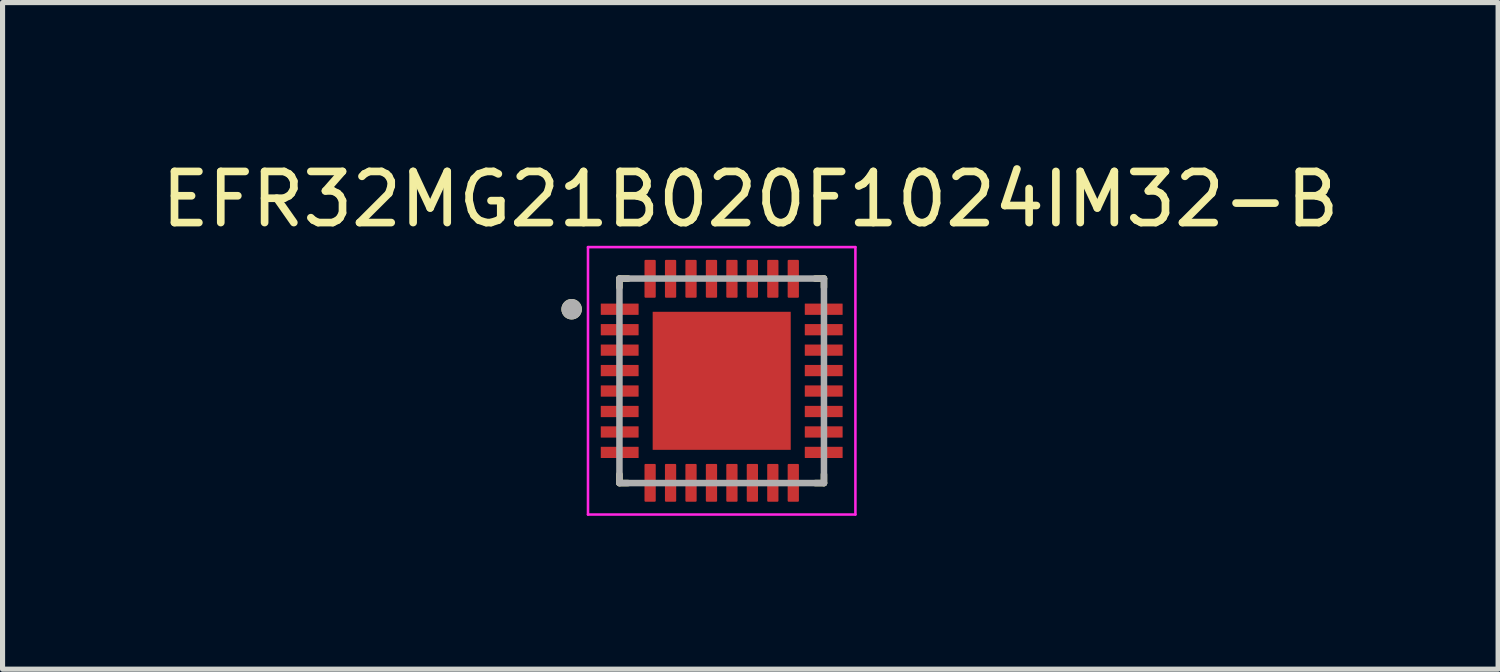
<source format=kicad_pcb>
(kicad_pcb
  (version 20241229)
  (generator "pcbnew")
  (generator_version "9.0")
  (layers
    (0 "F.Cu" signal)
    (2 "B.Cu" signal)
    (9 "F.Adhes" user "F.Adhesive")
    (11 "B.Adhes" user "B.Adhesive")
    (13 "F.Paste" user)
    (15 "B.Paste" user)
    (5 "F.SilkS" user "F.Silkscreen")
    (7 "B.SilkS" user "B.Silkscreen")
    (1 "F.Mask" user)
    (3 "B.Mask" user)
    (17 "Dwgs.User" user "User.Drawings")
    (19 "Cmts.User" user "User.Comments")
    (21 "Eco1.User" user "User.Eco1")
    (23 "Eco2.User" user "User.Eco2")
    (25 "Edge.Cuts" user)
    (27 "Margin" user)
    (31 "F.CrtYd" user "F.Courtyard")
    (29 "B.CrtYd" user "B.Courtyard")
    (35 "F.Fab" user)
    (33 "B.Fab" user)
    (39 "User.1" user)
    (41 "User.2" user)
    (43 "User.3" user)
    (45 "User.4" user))
  (footprint "EFR32MG21B020F1024IM32-B"
    (layer "F.Cu")
    (at 11.065 4.398)
    (property "Reference" "EFR32MG21B020F1024IM32-B" (at 0.56 -3.55 0) (layer "F.SilkS") (effects (font (size 1 1) (thickness 0.15))))
    (attr smd)
    (fp_poly (pts (xy -1.4 -1.4) (xy 1.4 -1.4) (xy 1.4 1.4) (xy -1.4 1.4)) (stroke (width 0.01) (type solid)) (fill yes) (layer "F.Mask"))
    (fp_poly (pts (xy -2.415 -1.28) (xy -2.415 -1.52) (xy -2.415 -1.522) (xy -2.415 -1.524) (xy -2.415 -1.526) (xy -2.414 -1.528) (xy -2.414 -1.53) (xy -2.413 -1.532) (xy -2.412 -1.534) (xy -2.412 -1.536) (xy -2.411 -1.538) (xy -2.41 -1.54) (xy -2.409 -1.542) (xy -2.407 -1.544) (xy -2.406 -1.545) (xy -2.405 -1.547) (xy -2.403 -1.548) (xy -2.402 -1.55) (xy -2.4 -1.551) (xy -2.399 -1.552) (xy -2.397 -1.554) (xy -2.395 -1.555) (xy -2.393 -1.556) (xy -2.391 -1.557) (xy -2.389 -1.557) (xy -2.387 -1.558) (xy -2.385 -1.559) (xy -2.383 -1.559) (xy -2.381 -1.56) (xy -2.379 -1.56) (xy -2.377 -1.56) (xy -2.375 -1.56) (xy -1.615 -1.56) (xy -1.613 -1.56) (xy -1.611 -1.56) (xy -1.609 -1.56) (xy -1.607 -1.559) (xy -1.605 -1.559) (xy -1.603 -1.558) (xy -1.601 -1.557) (xy -1.599 -1.557) (xy -1.597 -1.556) (xy -1.595 -1.555) (xy -1.593 -1.554) (xy -1.591 -1.552) (xy -1.59 -1.551) (xy -1.588 -1.55) (xy -1.587 -1.548) (xy -1.585 -1.547) (xy -1.584 -1.545) (xy -1.583 -1.544) (xy -1.581 -1.542) (xy -1.58 -1.54) (xy -1.579 -1.538) (xy -1.578 -1.536) (xy -1.578 -1.534) (xy -1.577 -1.532) (xy -1.576 -1.53) (xy -1.576 -1.528) (xy -1.575 -1.526) (xy -1.575 -1.524) (xy -1.575 -1.522) (xy -1.575 -1.52) (xy -1.575 -1.28) (xy -1.575 -1.278) (xy -1.575 -1.276) (xy -1.575 -1.274) (xy -1.576 -1.272) (xy -1.576 -1.27) (xy -1.577 -1.268) (xy -1.578 -1.266) (xy -1.578 -1.264) (xy -1.579 -1.262) (xy -1.58 -1.26) (xy -1.581 -1.258) (xy -1.583 -1.256) (xy -1.584 -1.255) (xy -1.585 -1.253) (xy -1.587 -1.252) (xy -1.588 -1.25) (xy -1.59 -1.249) (xy -1.591 -1.248) (xy -1.593 -1.246) (xy -1.595 -1.245) (xy -1.597 -1.244) (xy -1.599 -1.243) (xy -1.601 -1.243) (xy -1.603 -1.242) (xy -1.605 -1.241) (xy -1.607 -1.241) (xy -1.609 -1.24) (xy -1.611 -1.24) (xy -1.613 -1.24) (xy -1.615 -1.24) (xy -2.375 -1.24) (xy -2.377 -1.24) (xy -2.379 -1.24) (xy -2.381 -1.24) (xy -2.383 -1.241) (xy -2.385 -1.241) (xy -2.387 -1.242) (xy -2.389 -1.243) (xy -2.391 -1.243) (xy -2.393 -1.244) (xy -2.395 -1.245) (xy -2.397 -1.246) (xy -2.399 -1.248) (xy -2.4 -1.249) (xy -2.402 -1.25) (xy -2.403 -1.252) (xy -2.405 -1.253) (xy -2.406 -1.255) (xy -2.407 -1.256) (xy -2.409 -1.258) (xy -2.41 -1.26) (xy -2.411 -1.262) (xy -2.412 -1.264) (xy -2.412 -1.266) (xy -2.413 -1.268) (xy -2.414 -1.27) (xy -2.414 -1.272) (xy -2.415 -1.274) (xy -2.415 -1.276) (xy -2.415 -1.278) (xy -2.415 -1.28)) (stroke (width 0.01) (type solid)) (fill yes) (layer "F.Mask"))
    (fp_poly (pts (xy -2.415 -0.88) (xy -2.415 -1.12) (xy -2.415 -1.122) (xy -2.415 -1.124) (xy -2.415 -1.126) (xy -2.414 -1.128) (xy -2.414 -1.13) (xy -2.413 -1.132) (xy -2.412 -1.134) (xy -2.412 -1.136) (xy -2.411 -1.138) (xy -2.41 -1.14) (xy -2.409 -1.142) (xy -2.407 -1.144) (xy -2.406 -1.145) (xy -2.405 -1.147) (xy -2.403 -1.148) (xy -2.402 -1.15) (xy -2.4 -1.151) (xy -2.399 -1.152) (xy -2.397 -1.154) (xy -2.395 -1.155) (xy -2.393 -1.156) (xy -2.391 -1.157) (xy -2.389 -1.157) (xy -2.387 -1.158) (xy -2.385 -1.159) (xy -2.383 -1.159) (xy -2.381 -1.16) (xy -2.379 -1.16) (xy -2.377 -1.16) (xy -2.375 -1.16) (xy -1.615 -1.16) (xy -1.613 -1.16) (xy -1.611 -1.16) (xy -1.609 -1.16) (xy -1.607 -1.159) (xy -1.605 -1.159) (xy -1.603 -1.158) (xy -1.601 -1.157) (xy -1.599 -1.157) (xy -1.597 -1.156) (xy -1.595 -1.155) (xy -1.593 -1.154) (xy -1.591 -1.152) (xy -1.59 -1.151) (xy -1.588 -1.15) (xy -1.587 -1.148) (xy -1.585 -1.147) (xy -1.584 -1.145) (xy -1.583 -1.144) (xy -1.581 -1.142) (xy -1.58 -1.14) (xy -1.579 -1.138) (xy -1.578 -1.136) (xy -1.578 -1.134) (xy -1.577 -1.132) (xy -1.576 -1.13) (xy -1.576 -1.128) (xy -1.575 -1.126) (xy -1.575 -1.124) (xy -1.575 -1.122) (xy -1.575 -1.12) (xy -1.575 -0.88) (xy -1.575 -0.878) (xy -1.575 -0.876) (xy -1.575 -0.874) (xy -1.576 -0.872) (xy -1.576 -0.87) (xy -1.577 -0.868) (xy -1.578 -0.866) (xy -1.578 -0.864) (xy -1.579 -0.862) (xy -1.58 -0.86) (xy -1.581 -0.858) (xy -1.583 -0.856) (xy -1.584 -0.855) (xy -1.585 -0.853) (xy -1.587 -0.852) (xy -1.588 -0.85) (xy -1.59 -0.849) (xy -1.591 -0.848) (xy -1.593 -0.846) (xy -1.595 -0.845) (xy -1.597 -0.844) (xy -1.599 -0.843) (xy -1.601 -0.843) (xy -1.603 -0.842) (xy -1.605 -0.841) (xy -1.607 -0.841) (xy -1.609 -0.84) (xy -1.611 -0.84) (xy -1.613 -0.84) (xy -1.615 -0.84) (xy -2.375 -0.84) (xy -2.377 -0.84) (xy -2.379 -0.84) (xy -2.381 -0.84) (xy -2.383 -0.841) (xy -2.385 -0.841) (xy -2.387 -0.842) (xy -2.389 -0.843) (xy -2.391 -0.843) (xy -2.393 -0.844) (xy -2.395 -0.845) (xy -2.397 -0.846) (xy -2.399 -0.848) (xy -2.4 -0.849) (xy -2.402 -0.85) (xy -2.403 -0.852) (xy -2.405 -0.853) (xy -2.406 -0.855) (xy -2.407 -0.856) (xy -2.409 -0.858) (xy -2.41 -0.86) (xy -2.411 -0.862) (xy -2.412 -0.864) (xy -2.412 -0.866) (xy -2.413 -0.868) (xy -2.414 -0.87) (xy -2.414 -0.872) (xy -2.415 -0.874) (xy -2.415 -0.876) (xy -2.415 -0.878) (xy -2.415 -0.88)) (stroke (width 0.01) (type solid)) (fill yes) (layer "F.Mask"))
    (fp_poly (pts (xy -2.415 -0.48) (xy -2.415 -0.72) (xy -2.415 -0.722) (xy -2.415 -0.724) (xy -2.415 -0.726) (xy -2.414 -0.728) (xy -2.414 -0.73) (xy -2.413 -0.732) (xy -2.412 -0.734) (xy -2.412 -0.736) (xy -2.411 -0.738) (xy -2.41 -0.74) (xy -2.409 -0.742) (xy -2.407 -0.744) (xy -2.406 -0.745) (xy -2.405 -0.747) (xy -2.403 -0.748) (xy -2.402 -0.75) (xy -2.4 -0.751) (xy -2.399 -0.752) (xy -2.397 -0.754) (xy -2.395 -0.755) (xy -2.393 -0.756) (xy -2.391 -0.757) (xy -2.389 -0.757) (xy -2.387 -0.758) (xy -2.385 -0.759) (xy -2.383 -0.759) (xy -2.381 -0.76) (xy -2.379 -0.76) (xy -2.377 -0.76) (xy -2.375 -0.76) (xy -1.615 -0.76) (xy -1.613 -0.76) (xy -1.611 -0.76) (xy -1.609 -0.76) (xy -1.607 -0.759) (xy -1.605 -0.759) (xy -1.603 -0.758) (xy -1.601 -0.757) (xy -1.599 -0.757) (xy -1.597 -0.756) (xy -1.595 -0.755) (xy -1.593 -0.754) (xy -1.591 -0.752) (xy -1.59 -0.751) (xy -1.588 -0.75) (xy -1.587 -0.748) (xy -1.585 -0.747) (xy -1.584 -0.745) (xy -1.583 -0.744) (xy -1.581 -0.742) (xy -1.58 -0.74) (xy -1.579 -0.738) (xy -1.578 -0.736) (xy -1.578 -0.734) (xy -1.577 -0.732) (xy -1.576 -0.73) (xy -1.576 -0.728) (xy -1.575 -0.726) (xy -1.575 -0.724) (xy -1.575 -0.722) (xy -1.575 -0.72) (xy -1.575 -0.48) (xy -1.575 -0.478) (xy -1.575 -0.476) (xy -1.575 -0.474) (xy -1.576 -0.472) (xy -1.576 -0.47) (xy -1.577 -0.468) (xy -1.578 -0.466) (xy -1.578 -0.464) (xy -1.579 -0.462) (xy -1.58 -0.46) (xy -1.581 -0.458) (xy -1.583 -0.456) (xy -1.584 -0.455) (xy -1.585 -0.453) (xy -1.587 -0.452) (xy -1.588 -0.45) (xy -1.59 -0.449) (xy -1.591 -0.448) (xy -1.593 -0.446) (xy -1.595 -0.445) (xy -1.597 -0.444) (xy -1.599 -0.443) (xy -1.601 -0.443) (xy -1.603 -0.442) (xy -1.605 -0.441) (xy -1.607 -0.441) (xy -1.609 -0.44) (xy -1.611 -0.44) (xy -1.613 -0.44) (xy -1.615 -0.44) (xy -2.375 -0.44) (xy -2.377 -0.44) (xy -2.379 -0.44) (xy -2.381 -0.44) (xy -2.383 -0.441) (xy -2.385 -0.441) (xy -2.387 -0.442) (xy -2.389 -0.443) (xy -2.391 -0.443) (xy -2.393 -0.444) (xy -2.395 -0.445) (xy -2.397 -0.446) (xy -2.399 -0.448) (xy -2.4 -0.449) (xy -2.402 -0.45) (xy -2.403 -0.452) (xy -2.405 -0.453) (xy -2.406 -0.455) (xy -2.407 -0.456) (xy -2.409 -0.458) (xy -2.41 -0.46) (xy -2.411 -0.462) (xy -2.412 -0.464) (xy -2.412 -0.466) (xy -2.413 -0.468) (xy -2.414 -0.47) (xy -2.414 -0.472) (xy -2.415 -0.474) (xy -2.415 -0.476) (xy -2.415 -0.478) (xy -2.415 -0.48)) (stroke (width 0.01) (type solid)) (fill yes) (layer "F.Mask"))
    (fp_poly (pts (xy -2.415 -0.08) (xy -2.415 -0.32) (xy -2.415 -0.322) (xy -2.415 -0.324) (xy -2.415 -0.326) (xy -2.414 -0.328) (xy -2.414 -0.33) (xy -2.413 -0.332) (xy -2.412 -0.334) (xy -2.412 -0.336) (xy -2.411 -0.338) (xy -2.41 -0.34) (xy -2.409 -0.342) (xy -2.407 -0.344) (xy -2.406 -0.345) (xy -2.405 -0.347) (xy -2.403 -0.348) (xy -2.402 -0.35) (xy -2.4 -0.351) (xy -2.399 -0.352) (xy -2.397 -0.354) (xy -2.395 -0.355) (xy -2.393 -0.356) (xy -2.391 -0.357) (xy -2.389 -0.357) (xy -2.387 -0.358) (xy -2.385 -0.359) (xy -2.383 -0.359) (xy -2.381 -0.36) (xy -2.379 -0.36) (xy -2.377 -0.36) (xy -2.375 -0.36) (xy -1.615 -0.36) (xy -1.613 -0.36) (xy -1.611 -0.36) (xy -1.609 -0.36) (xy -1.607 -0.359) (xy -1.605 -0.359) (xy -1.603 -0.358) (xy -1.601 -0.357) (xy -1.599 -0.357) (xy -1.597 -0.356) (xy -1.595 -0.355) (xy -1.593 -0.354) (xy -1.591 -0.352) (xy -1.59 -0.351) (xy -1.588 -0.35) (xy -1.587 -0.348) (xy -1.585 -0.347) (xy -1.584 -0.345) (xy -1.583 -0.344) (xy -1.581 -0.342) (xy -1.58 -0.34) (xy -1.579 -0.338) (xy -1.578 -0.336) (xy -1.578 -0.334) (xy -1.577 -0.332) (xy -1.576 -0.33) (xy -1.576 -0.328) (xy -1.575 -0.326) (xy -1.575 -0.324) (xy -1.575 -0.322) (xy -1.575 -0.32) (xy -1.575 -0.08) (xy -1.575 -0.078) (xy -1.575 -0.076) (xy -1.575 -0.074) (xy -1.576 -0.072) (xy -1.576 -0.07) (xy -1.577 -0.068) (xy -1.578 -0.066) (xy -1.578 -0.064) (xy -1.579 -0.062) (xy -1.58 -0.06) (xy -1.581 -0.058) (xy -1.583 -0.056) (xy -1.584 -0.055) (xy -1.585 -0.053) (xy -1.587 -0.052) (xy -1.588 -0.05) (xy -1.59 -0.049) (xy -1.591 -0.048) (xy -1.593 -0.046) (xy -1.595 -0.045) (xy -1.597 -0.044) (xy -1.599 -0.043) (xy -1.601 -0.043) (xy -1.603 -0.042) (xy -1.605 -0.041) (xy -1.607 -0.041) (xy -1.609 -0.04) (xy -1.611 -0.04) (xy -1.613 -0.04) (xy -1.615 -0.04) (xy -2.375 -0.04) (xy -2.377 -0.04) (xy -2.379 -0.04) (xy -2.381 -0.04) (xy -2.383 -0.041) (xy -2.385 -0.041) (xy -2.387 -0.042) (xy -2.389 -0.043) (xy -2.391 -0.043) (xy -2.393 -0.044) (xy -2.395 -0.045) (xy -2.397 -0.046) (xy -2.399 -0.048) (xy -2.4 -0.049) (xy -2.402 -0.05) (xy -2.403 -0.052) (xy -2.405 -0.053) (xy -2.406 -0.055) (xy -2.407 -0.056) (xy -2.409 -0.058) (xy -2.41 -0.06) (xy -2.411 -0.062) (xy -2.412 -0.064) (xy -2.412 -0.066) (xy -2.413 -0.068) (xy -2.414 -0.07) (xy -2.414 -0.072) (xy -2.415 -0.074) (xy -2.415 -0.076) (xy -2.415 -0.078) (xy -2.415 -0.08)) (stroke (width 0.01) (type solid)) (fill yes) (layer "F.Mask"))
    (fp_poly (pts (xy -2.415 0.32) (xy -2.415 0.08) (xy -2.415 0.078) (xy -2.415 0.076) (xy -2.415 0.074) (xy -2.414 0.072) (xy -2.414 0.07) (xy -2.413 0.068) (xy -2.412 0.066) (xy -2.412 0.064) (xy -2.411 0.062) (xy -2.41 0.06) (xy -2.409 0.058) (xy -2.407 0.056) (xy -2.406 0.055) (xy -2.405 0.053) (xy -2.403 0.052) (xy -2.402 0.05) (xy -2.4 0.049) (xy -2.399 0.048) (xy -2.397 0.046) (xy -2.395 0.045) (xy -2.393 0.044) (xy -2.391 0.043) (xy -2.389 0.043) (xy -2.387 0.042) (xy -2.385 0.041) (xy -2.383 0.041) (xy -2.381 0.04) (xy -2.379 0.04) (xy -2.377 0.04) (xy -2.375 0.04) (xy -1.615 0.04) (xy -1.613 0.04) (xy -1.611 0.04) (xy -1.609 0.04) (xy -1.607 0.041) (xy -1.605 0.041) (xy -1.603 0.042) (xy -1.601 0.043) (xy -1.599 0.043) (xy -1.597 0.044) (xy -1.595 0.045) (xy -1.593 0.046) (xy -1.591 0.048) (xy -1.59 0.049) (xy -1.588 0.05) (xy -1.587 0.052) (xy -1.585 0.053) (xy -1.584 0.055) (xy -1.583 0.056) (xy -1.581 0.058) (xy -1.58 0.06) (xy -1.579 0.062) (xy -1.578 0.064) (xy -1.578 0.066) (xy -1.577 0.068) (xy -1.576 0.07) (xy -1.576 0.072) (xy -1.575 0.074) (xy -1.575 0.076) (xy -1.575 0.078) (xy -1.575 0.08) (xy -1.575 0.32) (xy -1.575 0.322) (xy -1.575 0.324) (xy -1.575 0.326) (xy -1.576 0.328) (xy -1.576 0.33) (xy -1.577 0.332) (xy -1.578 0.334) (xy -1.578 0.336) (xy -1.579 0.338) (xy -1.58 0.34) (xy -1.581 0.342) (xy -1.583 0.344) (xy -1.584 0.345) (xy -1.585 0.347) (xy -1.587 0.348) (xy -1.588 0.35) (xy -1.59 0.351) (xy -1.591 0.352) (xy -1.593 0.354) (xy -1.595 0.355) (xy -1.597 0.356) (xy -1.599 0.357) (xy -1.601 0.357) (xy -1.603 0.358) (xy -1.605 0.359) (xy -1.607 0.359) (xy -1.609 0.36) (xy -1.611 0.36) (xy -1.613 0.36) (xy -1.615 0.36) (xy -2.375 0.36) (xy -2.377 0.36) (xy -2.379 0.36) (xy -2.381 0.36) (xy -2.383 0.359) (xy -2.385 0.359) (xy -2.387 0.358) (xy -2.389 0.357) (xy -2.391 0.357) (xy -2.393 0.356) (xy -2.395 0.355) (xy -2.397 0.354) (xy -2.399 0.352) (xy -2.4 0.351) (xy -2.402 0.35) (xy -2.403 0.348) (xy -2.405 0.347) (xy -2.406 0.345) (xy -2.407 0.344) (xy -2.409 0.342) (xy -2.41 0.34) (xy -2.411 0.338) (xy -2.412 0.336) (xy -2.412 0.334) (xy -2.413 0.332) (xy -2.414 0.33) (xy -2.414 0.328) (xy -2.415 0.326) (xy -2.415 0.324) (xy -2.415 0.322) (xy -2.415 0.32)) (stroke (width 0.01) (type solid)) (fill yes) (layer "F.Mask"))
    (fp_poly (pts (xy -2.415 0.72) (xy -2.415 0.48) (xy -2.415 0.478) (xy -2.415 0.476) (xy -2.415 0.474) (xy -2.414 0.472) (xy -2.414 0.47) (xy -2.413 0.468) (xy -2.412 0.466) (xy -2.412 0.464) (xy -2.411 0.462) (xy -2.41 0.46) (xy -2.409 0.458) (xy -2.407 0.456) (xy -2.406 0.455) (xy -2.405 0.453) (xy -2.403 0.452) (xy -2.402 0.45) (xy -2.4 0.449) (xy -2.399 0.448) (xy -2.397 0.446) (xy -2.395 0.445) (xy -2.393 0.444) (xy -2.391 0.443) (xy -2.389 0.443) (xy -2.387 0.442) (xy -2.385 0.441) (xy -2.383 0.441) (xy -2.381 0.44) (xy -2.379 0.44) (xy -2.377 0.44) (xy -2.375 0.44) (xy -1.615 0.44) (xy -1.613 0.44) (xy -1.611 0.44) (xy -1.609 0.44) (xy -1.607 0.441) (xy -1.605 0.441) (xy -1.603 0.442) (xy -1.601 0.443) (xy -1.599 0.443) (xy -1.597 0.444) (xy -1.595 0.445) (xy -1.593 0.446) (xy -1.591 0.448) (xy -1.59 0.449) (xy -1.588 0.45) (xy -1.587 0.452) (xy -1.585 0.453) (xy -1.584 0.455) (xy -1.583 0.456) (xy -1.581 0.458) (xy -1.58 0.46) (xy -1.579 0.462) (xy -1.578 0.464) (xy -1.578 0.466) (xy -1.577 0.468) (xy -1.576 0.47) (xy -1.576 0.472) (xy -1.575 0.474) (xy -1.575 0.476) (xy -1.575 0.478) (xy -1.575 0.48) (xy -1.575 0.72) (xy -1.575 0.722) (xy -1.575 0.724) (xy -1.575 0.726) (xy -1.576 0.728) (xy -1.576 0.73) (xy -1.577 0.732) (xy -1.578 0.734) (xy -1.578 0.736) (xy -1.579 0.738) (xy -1.58 0.74) (xy -1.581 0.742) (xy -1.583 0.744) (xy -1.584 0.745) (xy -1.585 0.747) (xy -1.587 0.748) (xy -1.588 0.75) (xy -1.59 0.751) (xy -1.591 0.752) (xy -1.593 0.754) (xy -1.595 0.755) (xy -1.597 0.756) (xy -1.599 0.757) (xy -1.601 0.757) (xy -1.603 0.758) (xy -1.605 0.759) (xy -1.607 0.759) (xy -1.609 0.76) (xy -1.611 0.76) (xy -1.613 0.76) (xy -1.615 0.76) (xy -2.375 0.76) (xy -2.377 0.76) (xy -2.379 0.76) (xy -2.381 0.76) (xy -2.383 0.759) (xy -2.385 0.759) (xy -2.387 0.758) (xy -2.389 0.757) (xy -2.391 0.757) (xy -2.393 0.756) (xy -2.395 0.755) (xy -2.397 0.754) (xy -2.399 0.752) (xy -2.4 0.751) (xy -2.402 0.75) (xy -2.403 0.748) (xy -2.405 0.747) (xy -2.406 0.745) (xy -2.407 0.744) (xy -2.409 0.742) (xy -2.41 0.74) (xy -2.411 0.738) (xy -2.412 0.736) (xy -2.412 0.734) (xy -2.413 0.732) (xy -2.414 0.73) (xy -2.414 0.728) (xy -2.415 0.726) (xy -2.415 0.724) (xy -2.415 0.722) (xy -2.415 0.72)) (stroke (width 0.01) (type solid)) (fill yes) (layer "F.Mask"))
    (fp_poly (pts (xy -2.415 1.12) (xy -2.415 0.88) (xy -2.415 0.878) (xy -2.415 0.876) (xy -2.415 0.874) (xy -2.414 0.872) (xy -2.414 0.87) (xy -2.413 0.868) (xy -2.412 0.866) (xy -2.412 0.864) (xy -2.411 0.862) (xy -2.41 0.86) (xy -2.409 0.858) (xy -2.407 0.856) (xy -2.406 0.855) (xy -2.405 0.853) (xy -2.403 0.852) (xy -2.402 0.85) (xy -2.4 0.849) (xy -2.399 0.848) (xy -2.397 0.846) (xy -2.395 0.845) (xy -2.393 0.844) (xy -2.391 0.843) (xy -2.389 0.843) (xy -2.387 0.842) (xy -2.385 0.841) (xy -2.383 0.841) (xy -2.381 0.84) (xy -2.379 0.84) (xy -2.377 0.84) (xy -2.375 0.84) (xy -1.615 0.84) (xy -1.613 0.84) (xy -1.611 0.84) (xy -1.609 0.84) (xy -1.607 0.841) (xy -1.605 0.841) (xy -1.603 0.842) (xy -1.601 0.843) (xy -1.599 0.843) (xy -1.597 0.844) (xy -1.595 0.845) (xy -1.593 0.846) (xy -1.591 0.848) (xy -1.59 0.849) (xy -1.588 0.85) (xy -1.587 0.852) (xy -1.585 0.853) (xy -1.584 0.855) (xy -1.583 0.856) (xy -1.581 0.858) (xy -1.58 0.86) (xy -1.579 0.862) (xy -1.578 0.864) (xy -1.578 0.866) (xy -1.577 0.868) (xy -1.576 0.87) (xy -1.576 0.872) (xy -1.575 0.874) (xy -1.575 0.876) (xy -1.575 0.878) (xy -1.575 0.88) (xy -1.575 1.12) (xy -1.575 1.122) (xy -1.575 1.124) (xy -1.575 1.126) (xy -1.576 1.128) (xy -1.576 1.13) (xy -1.577 1.132) (xy -1.578 1.134) (xy -1.578 1.136) (xy -1.579 1.138) (xy -1.58 1.14) (xy -1.581 1.142) (xy -1.583 1.144) (xy -1.584 1.145) (xy -1.585 1.147) (xy -1.587 1.148) (xy -1.588 1.15) (xy -1.59 1.151) (xy -1.591 1.152) (xy -1.593 1.154) (xy -1.595 1.155) (xy -1.597 1.156) (xy -1.599 1.157) (xy -1.601 1.157) (xy -1.603 1.158) (xy -1.605 1.159) (xy -1.607 1.159) (xy -1.609 1.16) (xy -1.611 1.16) (xy -1.613 1.16) (xy -1.615 1.16) (xy -2.375 1.16) (xy -2.377 1.16) (xy -2.379 1.16) (xy -2.381 1.16) (xy -2.383 1.159) (xy -2.385 1.159) (xy -2.387 1.158) (xy -2.389 1.157) (xy -2.391 1.157) (xy -2.393 1.156) (xy -2.395 1.155) (xy -2.397 1.154) (xy -2.399 1.152) (xy -2.4 1.151) (xy -2.402 1.15) (xy -2.403 1.148) (xy -2.405 1.147) (xy -2.406 1.145) (xy -2.407 1.144) (xy -2.409 1.142) (xy -2.41 1.14) (xy -2.411 1.138) (xy -2.412 1.136) (xy -2.412 1.134) (xy -2.413 1.132) (xy -2.414 1.13) (xy -2.414 1.128) (xy -2.415 1.126) (xy -2.415 1.124) (xy -2.415 1.122) (xy -2.415 1.12)) (stroke (width 0.01) (type solid)) (fill yes) (layer "F.Mask"))
    (fp_poly (pts (xy -2.415 1.52) (xy -2.415 1.28) (xy -2.415 1.278) (xy -2.415 1.276) (xy -2.415 1.274) (xy -2.414 1.272) (xy -2.414 1.27) (xy -2.413 1.268) (xy -2.412 1.266) (xy -2.412 1.264) (xy -2.411 1.262) (xy -2.41 1.26) (xy -2.409 1.258) (xy -2.407 1.256) (xy -2.406 1.255) (xy -2.405 1.253) (xy -2.403 1.252) (xy -2.402 1.25) (xy -2.4 1.249) (xy -2.399 1.248) (xy -2.397 1.246) (xy -2.395 1.245) (xy -2.393 1.244) (xy -2.391 1.243) (xy -2.389 1.243) (xy -2.387 1.242) (xy -2.385 1.241) (xy -2.383 1.241) (xy -2.381 1.24) (xy -2.379 1.24) (xy -2.377 1.24) (xy -2.375 1.24) (xy -1.615 1.24) (xy -1.613 1.24) (xy -1.611 1.24) (xy -1.609 1.24) (xy -1.607 1.241) (xy -1.605 1.241) (xy -1.603 1.242) (xy -1.601 1.243) (xy -1.599 1.243) (xy -1.597 1.244) (xy -1.595 1.245) (xy -1.593 1.246) (xy -1.591 1.248) (xy -1.59 1.249) (xy -1.588 1.25) (xy -1.587 1.252) (xy -1.585 1.253) (xy -1.584 1.255) (xy -1.583 1.256) (xy -1.581 1.258) (xy -1.58 1.26) (xy -1.579 1.262) (xy -1.578 1.264) (xy -1.578 1.266) (xy -1.577 1.268) (xy -1.576 1.27) (xy -1.576 1.272) (xy -1.575 1.274) (xy -1.575 1.276) (xy -1.575 1.278) (xy -1.575 1.28) (xy -1.575 1.52) (xy -1.575 1.522) (xy -1.575 1.524) (xy -1.575 1.526) (xy -1.576 1.528) (xy -1.576 1.53) (xy -1.577 1.532) (xy -1.578 1.534) (xy -1.578 1.536) (xy -1.579 1.538) (xy -1.58 1.54) (xy -1.581 1.542) (xy -1.583 1.544) (xy -1.584 1.545) (xy -1.585 1.547) (xy -1.587 1.548) (xy -1.588 1.55) (xy -1.59 1.551) (xy -1.591 1.552) (xy -1.593 1.554) (xy -1.595 1.555) (xy -1.597 1.556) (xy -1.599 1.557) (xy -1.601 1.557) (xy -1.603 1.558) (xy -1.605 1.559) (xy -1.607 1.559) (xy -1.609 1.56) (xy -1.611 1.56) (xy -1.613 1.56) (xy -1.615 1.56) (xy -2.375 1.56) (xy -2.377 1.56) (xy -2.379 1.56) (xy -2.381 1.56) (xy -2.383 1.559) (xy -2.385 1.559) (xy -2.387 1.558) (xy -2.389 1.557) (xy -2.391 1.557) (xy -2.393 1.556) (xy -2.395 1.555) (xy -2.397 1.554) (xy -2.399 1.552) (xy -2.4 1.551) (xy -2.402 1.55) (xy -2.403 1.548) (xy -2.405 1.547) (xy -2.406 1.545) (xy -2.407 1.544) (xy -2.409 1.542) (xy -2.41 1.54) (xy -2.411 1.538) (xy -2.412 1.536) (xy -2.412 1.534) (xy -2.413 1.532) (xy -2.414 1.53) (xy -2.414 1.528) (xy -2.415 1.526) (xy -2.415 1.524) (xy -2.415 1.522) (xy -2.415 1.52)) (stroke (width 0.01) (type solid)) (fill yes) (layer "F.Mask"))
    (fp_poly (pts (xy -1.24 -2.375) (xy -1.24 -1.615) (xy -1.24 -1.613) (xy -1.24 -1.611) (xy -1.24 -1.609) (xy -1.241 -1.607) (xy -1.241 -1.605) (xy -1.242 -1.603) (xy -1.243 -1.601) (xy -1.243 -1.599) (xy -1.244 -1.597) (xy -1.245 -1.595) (xy -1.246 -1.593) (xy -1.248 -1.591) (xy -1.249 -1.59) (xy -1.25 -1.588) (xy -1.252 -1.587) (xy -1.253 -1.585) (xy -1.255 -1.584) (xy -1.256 -1.583) (xy -1.258 -1.581) (xy -1.26 -1.58) (xy -1.262 -1.579) (xy -1.264 -1.578) (xy -1.266 -1.578) (xy -1.268 -1.577) (xy -1.27 -1.576) (xy -1.272 -1.576) (xy -1.274 -1.575) (xy -1.276 -1.575) (xy -1.278 -1.575) (xy -1.28 -1.575) (xy -1.52 -1.575) (xy -1.522 -1.575) (xy -1.524 -1.575) (xy -1.526 -1.575) (xy -1.528 -1.576) (xy -1.53 -1.576) (xy -1.532 -1.577) (xy -1.534 -1.578) (xy -1.536 -1.578) (xy -1.538 -1.579) (xy -1.54 -1.58) (xy -1.542 -1.581) (xy -1.544 -1.583) (xy -1.545 -1.584) (xy -1.547 -1.585) (xy -1.548 -1.587) (xy -1.55 -1.588) (xy -1.551 -1.59) (xy -1.552 -1.591) (xy -1.554 -1.593) (xy -1.555 -1.595) (xy -1.556 -1.597) (xy -1.557 -1.599) (xy -1.557 -1.601) (xy -1.558 -1.603) (xy -1.559 -1.605) (xy -1.559 -1.607) (xy -1.56 -1.609) (xy -1.56 -1.611) (xy -1.56 -1.613) (xy -1.56 -1.615) (xy -1.56 -2.375) (xy -1.56 -2.377) (xy -1.56 -2.379) (xy -1.56 -2.381) (xy -1.559 -2.383) (xy -1.559 -2.385) (xy -1.558 -2.387) (xy -1.557 -2.389) (xy -1.557 -2.391) (xy -1.556 -2.393) (xy -1.555 -2.395) (xy -1.554 -2.397) (xy -1.552 -2.399) (xy -1.551 -2.4) (xy -1.55 -2.402) (xy -1.548 -2.403) (xy -1.547 -2.405) (xy -1.545 -2.406) (xy -1.544 -2.407) (xy -1.542 -2.409) (xy -1.54 -2.41) (xy -1.538 -2.411) (xy -1.536 -2.412) (xy -1.534 -2.412) (xy -1.532 -2.413) (xy -1.53 -2.414) (xy -1.528 -2.414) (xy -1.526 -2.415) (xy -1.524 -2.415) (xy -1.522 -2.415) (xy -1.52 -2.415) (xy -1.28 -2.415) (xy -1.278 -2.415) (xy -1.276 -2.415) (xy -1.274 -2.415) (xy -1.272 -2.414) (xy -1.27 -2.414) (xy -1.268 -2.413) (xy -1.266 -2.412) (xy -1.264 -2.412) (xy -1.262 -2.411) (xy -1.26 -2.41) (xy -1.258 -2.409) (xy -1.256 -2.407) (xy -1.255 -2.406) (xy -1.253 -2.405) (xy -1.252 -2.403) (xy -1.25 -2.402) (xy -1.249 -2.4) (xy -1.248 -2.399) (xy -1.246 -2.397) (xy -1.245 -2.395) (xy -1.244 -2.393) (xy -1.243 -2.391) (xy -1.243 -2.389) (xy -1.242 -2.387) (xy -1.241 -2.385) (xy -1.241 -2.383) (xy -1.24 -2.381) (xy -1.24 -2.379) (xy -1.24 -2.377) (xy -1.24 -2.375)) (stroke (width 0.01) (type solid)) (fill yes) (layer "F.Mask"))
    (fp_poly (pts (xy -1.24 1.615) (xy -1.24 2.375) (xy -1.24 2.377) (xy -1.24 2.379) (xy -1.24 2.381) (xy -1.241 2.383) (xy -1.241 2.385) (xy -1.242 2.387) (xy -1.243 2.389) (xy -1.243 2.391) (xy -1.244 2.393) (xy -1.245 2.395) (xy -1.246 2.397) (xy -1.248 2.399) (xy -1.249 2.4) (xy -1.25 2.402) (xy -1.252 2.403) (xy -1.253 2.405) (xy -1.255 2.406) (xy -1.256 2.407) (xy -1.258 2.409) (xy -1.26 2.41) (xy -1.262 2.411) (xy -1.264 2.412) (xy -1.266 2.412) (xy -1.268 2.413) (xy -1.27 2.414) (xy -1.272 2.414) (xy -1.274 2.415) (xy -1.276 2.415) (xy -1.278 2.415) (xy -1.28 2.415) (xy -1.52 2.415) (xy -1.522 2.415) (xy -1.524 2.415) (xy -1.526 2.415) (xy -1.528 2.414) (xy -1.53 2.414) (xy -1.532 2.413) (xy -1.534 2.412) (xy -1.536 2.412) (xy -1.538 2.411) (xy -1.54 2.41) (xy -1.542 2.409) (xy -1.544 2.407) (xy -1.545 2.406) (xy -1.547 2.405) (xy -1.548 2.403) (xy -1.55 2.402) (xy -1.551 2.4) (xy -1.552 2.399) (xy -1.554 2.397) (xy -1.555 2.395) (xy -1.556 2.393) (xy -1.557 2.391) (xy -1.557 2.389) (xy -1.558 2.387) (xy -1.559 2.385) (xy -1.559 2.383) (xy -1.56 2.381) (xy -1.56 2.379) (xy -1.56 2.377) (xy -1.56 2.375) (xy -1.56 1.615) (xy -1.56 1.613) (xy -1.56 1.611) (xy -1.56 1.609) (xy -1.559 1.607) (xy -1.559 1.605) (xy -1.558 1.603) (xy -1.557 1.601) (xy -1.557 1.599) (xy -1.556 1.597) (xy -1.555 1.595) (xy -1.554 1.593) (xy -1.552 1.591) (xy -1.551 1.59) (xy -1.55 1.588) (xy -1.548 1.587) (xy -1.547 1.585) (xy -1.545 1.584) (xy -1.544 1.583) (xy -1.542 1.581) (xy -1.54 1.58) (xy -1.538 1.579) (xy -1.536 1.578) (xy -1.534 1.578) (xy -1.532 1.577) (xy -1.53 1.576) (xy -1.528 1.576) (xy -1.526 1.575) (xy -1.524 1.575) (xy -1.522 1.575) (xy -1.52 1.575) (xy -1.28 1.575) (xy -1.278 1.575) (xy -1.276 1.575) (xy -1.274 1.575) (xy -1.272 1.576) (xy -1.27 1.576) (xy -1.268 1.577) (xy -1.266 1.578) (xy -1.264 1.578) (xy -1.262 1.579) (xy -1.26 1.58) (xy -1.258 1.581) (xy -1.256 1.583) (xy -1.255 1.584) (xy -1.253 1.585) (xy -1.252 1.587) (xy -1.25 1.588) (xy -1.249 1.59) (xy -1.248 1.591) (xy -1.246 1.593) (xy -1.245 1.595) (xy -1.244 1.597) (xy -1.243 1.599) (xy -1.243 1.601) (xy -1.242 1.603) (xy -1.241 1.605) (xy -1.241 1.607) (xy -1.24 1.609) (xy -1.24 1.611) (xy -1.24 1.613) (xy -1.24 1.615)) (stroke (width 0.01) (type solid)) (fill yes) (layer "F.Mask"))
    (fp_poly (pts (xy -0.84 -2.375) (xy -0.84 -1.615) (xy -0.84 -1.613) (xy -0.84 -1.611) (xy -0.84 -1.609) (xy -0.841 -1.607) (xy -0.841 -1.605) (xy -0.842 -1.603) (xy -0.843 -1.601) (xy -0.843 -1.599) (xy -0.844 -1.597) (xy -0.845 -1.595) (xy -0.846 -1.593) (xy -0.848 -1.591) (xy -0.849 -1.59) (xy -0.85 -1.588) (xy -0.852 -1.587) (xy -0.853 -1.585) (xy -0.855 -1.584) (xy -0.856 -1.583) (xy -0.858 -1.581) (xy -0.86 -1.58) (xy -0.862 -1.579) (xy -0.864 -1.578) (xy -0.866 -1.578) (xy -0.868 -1.577) (xy -0.87 -1.576) (xy -0.872 -1.576) (xy -0.874 -1.575) (xy -0.876 -1.575) (xy -0.878 -1.575) (xy -0.88 -1.575) (xy -1.12 -1.575) (xy -1.122 -1.575) (xy -1.124 -1.575) (xy -1.126 -1.575) (xy -1.128 -1.576) (xy -1.13 -1.576) (xy -1.132 -1.577) (xy -1.134 -1.578) (xy -1.136 -1.578) (xy -1.138 -1.579) (xy -1.14 -1.58) (xy -1.142 -1.581) (xy -1.144 -1.583) (xy -1.145 -1.584) (xy -1.147 -1.585) (xy -1.148 -1.587) (xy -1.15 -1.588) (xy -1.151 -1.59) (xy -1.152 -1.591) (xy -1.154 -1.593) (xy -1.155 -1.595) (xy -1.156 -1.597) (xy -1.157 -1.599) (xy -1.157 -1.601) (xy -1.158 -1.603) (xy -1.159 -1.605) (xy -1.159 -1.607) (xy -1.16 -1.609) (xy -1.16 -1.611) (xy -1.16 -1.613) (xy -1.16 -1.615) (xy -1.16 -2.375) (xy -1.16 -2.377) (xy -1.16 -2.379) (xy -1.16 -2.381) (xy -1.159 -2.383) (xy -1.159 -2.385) (xy -1.158 -2.387) (xy -1.157 -2.389) (xy -1.157 -2.391) (xy -1.156 -2.393) (xy -1.155 -2.395) (xy -1.154 -2.397) (xy -1.152 -2.399) (xy -1.151 -2.4) (xy -1.15 -2.402) (xy -1.148 -2.403) (xy -1.147 -2.405) (xy -1.145 -2.406) (xy -1.144 -2.407) (xy -1.142 -2.409) (xy -1.14 -2.41) (xy -1.138 -2.411) (xy -1.136 -2.412) (xy -1.134 -2.412) (xy -1.132 -2.413) (xy -1.13 -2.414) (xy -1.128 -2.414) (xy -1.126 -2.415) (xy -1.124 -2.415) (xy -1.122 -2.415) (xy -1.12 -2.415) (xy -0.88 -2.415) (xy -0.878 -2.415) (xy -0.876 -2.415) (xy -0.874 -2.415) (xy -0.872 -2.414) (xy -0.87 -2.414) (xy -0.868 -2.413) (xy -0.866 -2.412) (xy -0.864 -2.412) (xy -0.862 -2.411) (xy -0.86 -2.41) (xy -0.858 -2.409) (xy -0.856 -2.407) (xy -0.855 -2.406) (xy -0.853 -2.405) (xy -0.852 -2.403) (xy -0.85 -2.402) (xy -0.849 -2.4) (xy -0.848 -2.399) (xy -0.846 -2.397) (xy -0.845 -2.395) (xy -0.844 -2.393) (xy -0.843 -2.391) (xy -0.843 -2.389) (xy -0.842 -2.387) (xy -0.841 -2.385) (xy -0.841 -2.383) (xy -0.84 -2.381) (xy -0.84 -2.379) (xy -0.84 -2.377) (xy -0.84 -2.375)) (stroke (width 0.01) (type solid)) (fill yes) (layer "F.Mask"))
    (fp_poly (pts (xy -0.84 1.615) (xy -0.84 2.375) (xy -0.84 2.377) (xy -0.84 2.379) (xy -0.84 2.381) (xy -0.841 2.383) (xy -0.841 2.385) (xy -0.842 2.387) (xy -0.843 2.389) (xy -0.843 2.391) (xy -0.844 2.393) (xy -0.845 2.395) (xy -0.846 2.397) (xy -0.848 2.399) (xy -0.849 2.4) (xy -0.85 2.402) (xy -0.852 2.403) (xy -0.853 2.405) (xy -0.855 2.406) (xy -0.856 2.407) (xy -0.858 2.409) (xy -0.86 2.41) (xy -0.862 2.411) (xy -0.864 2.412) (xy -0.866 2.412) (xy -0.868 2.413) (xy -0.87 2.414) (xy -0.872 2.414) (xy -0.874 2.415) (xy -0.876 2.415) (xy -0.878 2.415) (xy -0.88 2.415) (xy -1.12 2.415) (xy -1.122 2.415) (xy -1.124 2.415) (xy -1.126 2.415) (xy -1.128 2.414) (xy -1.13 2.414) (xy -1.132 2.413) (xy -1.134 2.412) (xy -1.136 2.412) (xy -1.138 2.411) (xy -1.14 2.41) (xy -1.142 2.409) (xy -1.144 2.407) (xy -1.145 2.406) (xy -1.147 2.405) (xy -1.148 2.403) (xy -1.15 2.402) (xy -1.151 2.4) (xy -1.152 2.399) (xy -1.154 2.397) (xy -1.155 2.395) (xy -1.156 2.393) (xy -1.157 2.391) (xy -1.157 2.389) (xy -1.158 2.387) (xy -1.159 2.385) (xy -1.159 2.383) (xy -1.16 2.381) (xy -1.16 2.379) (xy -1.16 2.377) (xy -1.16 2.375) (xy -1.16 1.615) (xy -1.16 1.613) (xy -1.16 1.611) (xy -1.16 1.609) (xy -1.159 1.607) (xy -1.159 1.605) (xy -1.158 1.603) (xy -1.157 1.601) (xy -1.157 1.599) (xy -1.156 1.597) (xy -1.155 1.595) (xy -1.154 1.593) (xy -1.152 1.591) (xy -1.151 1.59) (xy -1.15 1.588) (xy -1.148 1.587) (xy -1.147 1.585) (xy -1.145 1.584) (xy -1.144 1.583) (xy -1.142 1.581) (xy -1.14 1.58) (xy -1.138 1.579) (xy -1.136 1.578) (xy -1.134 1.578) (xy -1.132 1.577) (xy -1.13 1.576) (xy -1.128 1.576) (xy -1.126 1.575) (xy -1.124 1.575) (xy -1.122 1.575) (xy -1.12 1.575) (xy -0.88 1.575) (xy -0.878 1.575) (xy -0.876 1.575) (xy -0.874 1.575) (xy -0.872 1.576) (xy -0.87 1.576) (xy -0.868 1.577) (xy -0.866 1.578) (xy -0.864 1.578) (xy -0.862 1.579) (xy -0.86 1.58) (xy -0.858 1.581) (xy -0.856 1.583) (xy -0.855 1.584) (xy -0.853 1.585) (xy -0.852 1.587) (xy -0.85 1.588) (xy -0.849 1.59) (xy -0.848 1.591) (xy -0.846 1.593) (xy -0.845 1.595) (xy -0.844 1.597) (xy -0.843 1.599) (xy -0.843 1.601) (xy -0.842 1.603) (xy -0.841 1.605) (xy -0.841 1.607) (xy -0.84 1.609) (xy -0.84 1.611) (xy -0.84 1.613) (xy -0.84 1.615)) (stroke (width 0.01) (type solid)) (fill yes) (layer "F.Mask"))
    (fp_poly (pts (xy -0.44 -2.375) (xy -0.44 -1.615) (xy -0.44 -1.613) (xy -0.44 -1.611) (xy -0.44 -1.609) (xy -0.441 -1.607) (xy -0.441 -1.605) (xy -0.442 -1.603) (xy -0.443 -1.601) (xy -0.443 -1.599) (xy -0.444 -1.597) (xy -0.445 -1.595) (xy -0.446 -1.593) (xy -0.448 -1.591) (xy -0.449 -1.59) (xy -0.45 -1.588) (xy -0.452 -1.587) (xy -0.453 -1.585) (xy -0.455 -1.584) (xy -0.456 -1.583) (xy -0.458 -1.581) (xy -0.46 -1.58) (xy -0.462 -1.579) (xy -0.464 -1.578) (xy -0.466 -1.578) (xy -0.468 -1.577) (xy -0.47 -1.576) (xy -0.472 -1.576) (xy -0.474 -1.575) (xy -0.476 -1.575) (xy -0.478 -1.575) (xy -0.48 -1.575) (xy -0.72 -1.575) (xy -0.722 -1.575) (xy -0.724 -1.575) (xy -0.726 -1.575) (xy -0.728 -1.576) (xy -0.73 -1.576) (xy -0.732 -1.577) (xy -0.734 -1.578) (xy -0.736 -1.578) (xy -0.738 -1.579) (xy -0.74 -1.58) (xy -0.742 -1.581) (xy -0.744 -1.583) (xy -0.745 -1.584) (xy -0.747 -1.585) (xy -0.748 -1.587) (xy -0.75 -1.588) (xy -0.751 -1.59) (xy -0.752 -1.591) (xy -0.754 -1.593) (xy -0.755 -1.595) (xy -0.756 -1.597) (xy -0.757 -1.599) (xy -0.757 -1.601) (xy -0.758 -1.603) (xy -0.759 -1.605) (xy -0.759 -1.607) (xy -0.76 -1.609) (xy -0.76 -1.611) (xy -0.76 -1.613) (xy -0.76 -1.615) (xy -0.76 -2.375) (xy -0.76 -2.377) (xy -0.76 -2.379) (xy -0.76 -2.381) (xy -0.759 -2.383) (xy -0.759 -2.385) (xy -0.758 -2.387) (xy -0.757 -2.389) (xy -0.757 -2.391) (xy -0.756 -2.393) (xy -0.755 -2.395) (xy -0.754 -2.397) (xy -0.752 -2.399) (xy -0.751 -2.4) (xy -0.75 -2.402) (xy -0.748 -2.403) (xy -0.747 -2.405) (xy -0.745 -2.406) (xy -0.744 -2.407) (xy -0.742 -2.409) (xy -0.74 -2.41) (xy -0.738 -2.411) (xy -0.736 -2.412) (xy -0.734 -2.412) (xy -0.732 -2.413) (xy -0.73 -2.414) (xy -0.728 -2.414) (xy -0.726 -2.415) (xy -0.724 -2.415) (xy -0.722 -2.415) (xy -0.72 -2.415) (xy -0.48 -2.415) (xy -0.478 -2.415) (xy -0.476 -2.415) (xy -0.474 -2.415) (xy -0.472 -2.414) (xy -0.47 -2.414) (xy -0.468 -2.413) (xy -0.466 -2.412) (xy -0.464 -2.412) (xy -0.462 -2.411) (xy -0.46 -2.41) (xy -0.458 -2.409) (xy -0.456 -2.407) (xy -0.455 -2.406) (xy -0.453 -2.405) (xy -0.452 -2.403) (xy -0.45 -2.402) (xy -0.449 -2.4) (xy -0.448 -2.399) (xy -0.446 -2.397) (xy -0.445 -2.395) (xy -0.444 -2.393) (xy -0.443 -2.391) (xy -0.443 -2.389) (xy -0.442 -2.387) (xy -0.441 -2.385) (xy -0.441 -2.383) (xy -0.44 -2.381) (xy -0.44 -2.379) (xy -0.44 -2.377) (xy -0.44 -2.375)) (stroke (width 0.01) (type solid)) (fill yes) (layer "F.Mask"))
    (fp_poly (pts (xy -0.44 1.615) (xy -0.44 2.375) (xy -0.44 2.377) (xy -0.44 2.379) (xy -0.44 2.381) (xy -0.441 2.383) (xy -0.441 2.385) (xy -0.442 2.387) (xy -0.443 2.389) (xy -0.443 2.391) (xy -0.444 2.393) (xy -0.445 2.395) (xy -0.446 2.397) (xy -0.448 2.399) (xy -0.449 2.4) (xy -0.45 2.402) (xy -0.452 2.403) (xy -0.453 2.405) (xy -0.455 2.406) (xy -0.456 2.407) (xy -0.458 2.409) (xy -0.46 2.41) (xy -0.462 2.411) (xy -0.464 2.412) (xy -0.466 2.412) (xy -0.468 2.413) (xy -0.47 2.414) (xy -0.472 2.414) (xy -0.474 2.415) (xy -0.476 2.415) (xy -0.478 2.415) (xy -0.48 2.415) (xy -0.72 2.415) (xy -0.722 2.415) (xy -0.724 2.415) (xy -0.726 2.415) (xy -0.728 2.414) (xy -0.73 2.414) (xy -0.732 2.413) (xy -0.734 2.412) (xy -0.736 2.412) (xy -0.738 2.411) (xy -0.74 2.41) (xy -0.742 2.409) (xy -0.744 2.407) (xy -0.745 2.406) (xy -0.747 2.405) (xy -0.748 2.403) (xy -0.75 2.402) (xy -0.751 2.4) (xy -0.752 2.399) (xy -0.754 2.397) (xy -0.755 2.395) (xy -0.756 2.393) (xy -0.757 2.391) (xy -0.757 2.389) (xy -0.758 2.387) (xy -0.759 2.385) (xy -0.759 2.383) (xy -0.76 2.381) (xy -0.76 2.379) (xy -0.76 2.377) (xy -0.76 2.375) (xy -0.76 1.615) (xy -0.76 1.613) (xy -0.76 1.611) (xy -0.76 1.609) (xy -0.759 1.607) (xy -0.759 1.605) (xy -0.758 1.603) (xy -0.757 1.601) (xy -0.757 1.599) (xy -0.756 1.597) (xy -0.755 1.595) (xy -0.754 1.593) (xy -0.752 1.591) (xy -0.751 1.59) (xy -0.75 1.588) (xy -0.748 1.587) (xy -0.747 1.585) (xy -0.745 1.584) (xy -0.744 1.583) (xy -0.742 1.581) (xy -0.74 1.58) (xy -0.738 1.579) (xy -0.736 1.578) (xy -0.734 1.578) (xy -0.732 1.577) (xy -0.73 1.576) (xy -0.728 1.576) (xy -0.726 1.575) (xy -0.724 1.575) (xy -0.722 1.575) (xy -0.72 1.575) (xy -0.48 1.575) (xy -0.478 1.575) (xy -0.476 1.575) (xy -0.474 1.575) (xy -0.472 1.576) (xy -0.47 1.576) (xy -0.468 1.577) (xy -0.466 1.578) (xy -0.464 1.578) (xy -0.462 1.579) (xy -0.46 1.58) (xy -0.458 1.581) (xy -0.456 1.583) (xy -0.455 1.584) (xy -0.453 1.585) (xy -0.452 1.587) (xy -0.45 1.588) (xy -0.449 1.59) (xy -0.448 1.591) (xy -0.446 1.593) (xy -0.445 1.595) (xy -0.444 1.597) (xy -0.443 1.599) (xy -0.443 1.601) (xy -0.442 1.603) (xy -0.441 1.605) (xy -0.441 1.607) (xy -0.44 1.609) (xy -0.44 1.611) (xy -0.44 1.613) (xy -0.44 1.615)) (stroke (width 0.01) (type solid)) (fill yes) (layer "F.Mask"))
    (fp_poly (pts (xy -0.04 -2.375) (xy -0.04 -1.615) (xy -0.04 -1.613) (xy -0.04 -1.611) (xy -0.04 -1.609) (xy -0.041 -1.607) (xy -0.041 -1.605) (xy -0.042 -1.603) (xy -0.043 -1.601) (xy -0.043 -1.599) (xy -0.044 -1.597) (xy -0.045 -1.595) (xy -0.046 -1.593) (xy -0.048 -1.591) (xy -0.049 -1.59) (xy -0.05 -1.588) (xy -0.052 -1.587) (xy -0.053 -1.585) (xy -0.055 -1.584) (xy -0.056 -1.583) (xy -0.058 -1.581) (xy -0.06 -1.58) (xy -0.062 -1.579) (xy -0.064 -1.578) (xy -0.066 -1.578) (xy -0.068 -1.577) (xy -0.07 -1.576) (xy -0.072 -1.576) (xy -0.074 -1.575) (xy -0.076 -1.575) (xy -0.078 -1.575) (xy -0.08 -1.575) (xy -0.32 -1.575) (xy -0.322 -1.575) (xy -0.324 -1.575) (xy -0.326 -1.575) (xy -0.328 -1.576) (xy -0.33 -1.576) (xy -0.332 -1.577) (xy -0.334 -1.578) (xy -0.336 -1.578) (xy -0.338 -1.579) (xy -0.34 -1.58) (xy -0.342 -1.581) (xy -0.344 -1.583) (xy -0.345 -1.584) (xy -0.347 -1.585) (xy -0.348 -1.587) (xy -0.35 -1.588) (xy -0.351 -1.59) (xy -0.352 -1.591) (xy -0.354 -1.593) (xy -0.355 -1.595) (xy -0.356 -1.597) (xy -0.357 -1.599) (xy -0.357 -1.601) (xy -0.358 -1.603) (xy -0.359 -1.605) (xy -0.359 -1.607) (xy -0.36 -1.609) (xy -0.36 -1.611) (xy -0.36 -1.613) (xy -0.36 -1.615) (xy -0.36 -2.375) (xy -0.36 -2.377) (xy -0.36 -2.379) (xy -0.36 -2.381) (xy -0.359 -2.383) (xy -0.359 -2.385) (xy -0.358 -2.387) (xy -0.357 -2.389) (xy -0.357 -2.391) (xy -0.356 -2.393) (xy -0.355 -2.395) (xy -0.354 -2.397) (xy -0.352 -2.399) (xy -0.351 -2.4) (xy -0.35 -2.402) (xy -0.348 -2.403) (xy -0.347 -2.405) (xy -0.345 -2.406) (xy -0.344 -2.407) (xy -0.342 -2.409) (xy -0.34 -2.41) (xy -0.338 -2.411) (xy -0.336 -2.412) (xy -0.334 -2.412) (xy -0.332 -2.413) (xy -0.33 -2.414) (xy -0.328 -2.414) (xy -0.326 -2.415) (xy -0.324 -2.415) (xy -0.322 -2.415) (xy -0.32 -2.415) (xy -0.08 -2.415) (xy -0.078 -2.415) (xy -0.076 -2.415) (xy -0.074 -2.415) (xy -0.072 -2.414) (xy -0.07 -2.414) (xy -0.068 -2.413) (xy -0.066 -2.412) (xy -0.064 -2.412) (xy -0.062 -2.411) (xy -0.06 -2.41) (xy -0.058 -2.409) (xy -0.056 -2.407) (xy -0.055 -2.406) (xy -0.053 -2.405) (xy -0.052 -2.403) (xy -0.05 -2.402) (xy -0.049 -2.4) (xy -0.048 -2.399) (xy -0.046 -2.397) (xy -0.045 -2.395) (xy -0.044 -2.393) (xy -0.043 -2.391) (xy -0.043 -2.389) (xy -0.042 -2.387) (xy -0.041 -2.385) (xy -0.041 -2.383) (xy -0.04 -2.381) (xy -0.04 -2.379) (xy -0.04 -2.377) (xy -0.04 -2.375)) (stroke (width 0.01) (type solid)) (fill yes) (layer "F.Mask"))
    (fp_poly (pts (xy -0.04 1.615) (xy -0.04 2.375) (xy -0.04 2.377) (xy -0.04 2.379) (xy -0.04 2.381) (xy -0.041 2.383) (xy -0.041 2.385) (xy -0.042 2.387) (xy -0.043 2.389) (xy -0.043 2.391) (xy -0.044 2.393) (xy -0.045 2.395) (xy -0.046 2.397) (xy -0.048 2.399) (xy -0.049 2.4) (xy -0.05 2.402) (xy -0.052 2.403) (xy -0.053 2.405) (xy -0.055 2.406) (xy -0.056 2.407) (xy -0.058 2.409) (xy -0.06 2.41) (xy -0.062 2.411) (xy -0.064 2.412) (xy -0.066 2.412) (xy -0.068 2.413) (xy -0.07 2.414) (xy -0.072 2.414) (xy -0.074 2.415) (xy -0.076 2.415) (xy -0.078 2.415) (xy -0.08 2.415) (xy -0.32 2.415) (xy -0.322 2.415) (xy -0.324 2.415) (xy -0.326 2.415) (xy -0.328 2.414) (xy -0.33 2.414) (xy -0.332 2.413) (xy -0.334 2.412) (xy -0.336 2.412) (xy -0.338 2.411) (xy -0.34 2.41) (xy -0.342 2.409) (xy -0.344 2.407) (xy -0.345 2.406) (xy -0.347 2.405) (xy -0.348 2.403) (xy -0.35 2.402) (xy -0.351 2.4) (xy -0.352 2.399) (xy -0.354 2.397) (xy -0.355 2.395) (xy -0.356 2.393) (xy -0.357 2.391) (xy -0.357 2.389) (xy -0.358 2.387) (xy -0.359 2.385) (xy -0.359 2.383) (xy -0.36 2.381) (xy -0.36 2.379) (xy -0.36 2.377) (xy -0.36 2.375) (xy -0.36 1.615) (xy -0.36 1.613) (xy -0.36 1.611) (xy -0.36 1.609) (xy -0.359 1.607) (xy -0.359 1.605) (xy -0.358 1.603) (xy -0.357 1.601) (xy -0.357 1.599) (xy -0.356 1.597) (xy -0.355 1.595) (xy -0.354 1.593) (xy -0.352 1.591) (xy -0.351 1.59) (xy -0.35 1.588) (xy -0.348 1.587) (xy -0.347 1.585) (xy -0.345 1.584) (xy -0.344 1.583) (xy -0.342 1.581) (xy -0.34 1.58) (xy -0.338 1.579) (xy -0.336 1.578) (xy -0.334 1.578) (xy -0.332 1.577) (xy -0.33 1.576) (xy -0.328 1.576) (xy -0.326 1.575) (xy -0.324 1.575) (xy -0.322 1.575) (xy -0.32 1.575) (xy -0.08 1.575) (xy -0.078 1.575) (xy -0.076 1.575) (xy -0.074 1.575) (xy -0.072 1.576) (xy -0.07 1.576) (xy -0.068 1.577) (xy -0.066 1.578) (xy -0.064 1.578) (xy -0.062 1.579) (xy -0.06 1.58) (xy -0.058 1.581) (xy -0.056 1.583) (xy -0.055 1.584) (xy -0.053 1.585) (xy -0.052 1.587) (xy -0.05 1.588) (xy -0.049 1.59) (xy -0.048 1.591) (xy -0.046 1.593) (xy -0.045 1.595) (xy -0.044 1.597) (xy -0.043 1.599) (xy -0.043 1.601) (xy -0.042 1.603) (xy -0.041 1.605) (xy -0.041 1.607) (xy -0.04 1.609) (xy -0.04 1.611) (xy -0.04 1.613) (xy -0.04 1.615)) (stroke (width 0.01) (type solid)) (fill yes) (layer "F.Mask"))
    (fp_poly (pts (xy 0.36 -2.375) (xy 0.36 -1.615) (xy 0.36 -1.613) (xy 0.36 -1.611) (xy 0.36 -1.609) (xy 0.359 -1.607) (xy 0.359 -1.605) (xy 0.358 -1.603) (xy 0.357 -1.601) (xy 0.357 -1.599) (xy 0.356 -1.597) (xy 0.355 -1.595) (xy 0.354 -1.593) (xy 0.352 -1.591) (xy 0.351 -1.59) (xy 0.35 -1.588) (xy 0.348 -1.587) (xy 0.347 -1.585) (xy 0.345 -1.584) (xy 0.344 -1.583) (xy 0.342 -1.581) (xy 0.34 -1.58) (xy 0.338 -1.579) (xy 0.336 -1.578) (xy 0.334 -1.578) (xy 0.332 -1.577) (xy 0.33 -1.576) (xy 0.328 -1.576) (xy 0.326 -1.575) (xy 0.324 -1.575) (xy 0.322 -1.575) (xy 0.32 -1.575) (xy 0.08 -1.575) (xy 0.078 -1.575) (xy 0.076 -1.575) (xy 0.074 -1.575) (xy 0.072 -1.576) (xy 0.07 -1.576) (xy 0.068 -1.577) (xy 0.066 -1.578) (xy 0.064 -1.578) (xy 0.062 -1.579) (xy 0.06 -1.58) (xy 0.058 -1.581) (xy 0.056 -1.583) (xy 0.055 -1.584) (xy 0.053 -1.585) (xy 0.052 -1.587) (xy 0.05 -1.588) (xy 0.049 -1.59) (xy 0.048 -1.591) (xy 0.046 -1.593) (xy 0.045 -1.595) (xy 0.044 -1.597) (xy 0.043 -1.599) (xy 0.043 -1.601) (xy 0.042 -1.603) (xy 0.041 -1.605) (xy 0.041 -1.607) (xy 0.04 -1.609) (xy 0.04 -1.611) (xy 0.04 -1.613) (xy 0.04 -1.615) (xy 0.04 -2.375) (xy 0.04 -2.377) (xy 0.04 -2.379) (xy 0.04 -2.381) (xy 0.041 -2.383) (xy 0.041 -2.385) (xy 0.042 -2.387) (xy 0.043 -2.389) (xy 0.043 -2.391) (xy 0.044 -2.393) (xy 0.045 -2.395) (xy 0.046 -2.397) (xy 0.048 -2.399) (xy 0.049 -2.4) (xy 0.05 -2.402) (xy 0.052 -2.403) (xy 0.053 -2.405) (xy 0.055 -2.406) (xy 0.056 -2.407) (xy 0.058 -2.409) (xy 0.06 -2.41) (xy 0.062 -2.411) (xy 0.064 -2.412) (xy 0.066 -2.412) (xy 0.068 -2.413) (xy 0.07 -2.414) (xy 0.072 -2.414) (xy 0.074 -2.415) (xy 0.076 -2.415) (xy 0.078 -2.415) (xy 0.08 -2.415) (xy 0.32 -2.415) (xy 0.322 -2.415) (xy 0.324 -2.415) (xy 0.326 -2.415) (xy 0.328 -2.414) (xy 0.33 -2.414) (xy 0.332 -2.413) (xy 0.334 -2.412) (xy 0.336 -2.412) (xy 0.338 -2.411) (xy 0.34 -2.41) (xy 0.342 -2.409) (xy 0.344 -2.407) (xy 0.345 -2.406) (xy 0.347 -2.405) (xy 0.348 -2.403) (xy 0.35 -2.402) (xy 0.351 -2.4) (xy 0.352 -2.399) (xy 0.354 -2.397) (xy 0.355 -2.395) (xy 0.356 -2.393) (xy 0.357 -2.391) (xy 0.357 -2.389) (xy 0.358 -2.387) (xy 0.359 -2.385) (xy 0.359 -2.383) (xy 0.36 -2.381) (xy 0.36 -2.379) (xy 0.36 -2.377) (xy 0.36 -2.375)) (stroke (width 0.01) (type solid)) (fill yes) (layer "F.Mask"))
    (fp_poly (pts (xy 0.36 1.615) (xy 0.36 2.375) (xy 0.36 2.377) (xy 0.36 2.379) (xy 0.36 2.381) (xy 0.359 2.383) (xy 0.359 2.385) (xy 0.358 2.387) (xy 0.357 2.389) (xy 0.357 2.391) (xy 0.356 2.393) (xy 0.355 2.395) (xy 0.354 2.397) (xy 0.352 2.399) (xy 0.351 2.4) (xy 0.35 2.402) (xy 0.348 2.403) (xy 0.347 2.405) (xy 0.345 2.406) (xy 0.344 2.407) (xy 0.342 2.409) (xy 0.34 2.41) (xy 0.338 2.411) (xy 0.336 2.412) (xy 0.334 2.412) (xy 0.332 2.413) (xy 0.33 2.414) (xy 0.328 2.414) (xy 0.326 2.415) (xy 0.324 2.415) (xy 0.322 2.415) (xy 0.32 2.415) (xy 0.08 2.415) (xy 0.078 2.415) (xy 0.076 2.415) (xy 0.074 2.415) (xy 0.072 2.414) (xy 0.07 2.414) (xy 0.068 2.413) (xy 0.066 2.412) (xy 0.064 2.412) (xy 0.062 2.411) (xy 0.06 2.41) (xy 0.058 2.409) (xy 0.056 2.407) (xy 0.055 2.406) (xy 0.053 2.405) (xy 0.052 2.403) (xy 0.05 2.402) (xy 0.049 2.4) (xy 0.048 2.399) (xy 0.046 2.397) (xy 0.045 2.395) (xy 0.044 2.393) (xy 0.043 2.391) (xy 0.043 2.389) (xy 0.042 2.387) (xy 0.041 2.385) (xy 0.041 2.383) (xy 0.04 2.381) (xy 0.04 2.379) (xy 0.04 2.377) (xy 0.04 2.375) (xy 0.04 1.615) (xy 0.04 1.613) (xy 0.04 1.611) (xy 0.04 1.609) (xy 0.041 1.607) (xy 0.041 1.605) (xy 0.042 1.603) (xy 0.043 1.601) (xy 0.043 1.599) (xy 0.044 1.597) (xy 0.045 1.595) (xy 0.046 1.593) (xy 0.048 1.591) (xy 0.049 1.59) (xy 0.05 1.588) (xy 0.052 1.587) (xy 0.053 1.585) (xy 0.055 1.584) (xy 0.056 1.583) (xy 0.058 1.581) (xy 0.06 1.58) (xy 0.062 1.579) (xy 0.064 1.578) (xy 0.066 1.578) (xy 0.068 1.577) (xy 0.07 1.576) (xy 0.072 1.576) (xy 0.074 1.575) (xy 0.076 1.575) (xy 0.078 1.575) (xy 0.08 1.575) (xy 0.32 1.575) (xy 0.322 1.575) (xy 0.324 1.575) (xy 0.326 1.575) (xy 0.328 1.576) (xy 0.33 1.576) (xy 0.332 1.577) (xy 0.334 1.578) (xy 0.336 1.578) (xy 0.338 1.579) (xy 0.34 1.58) (xy 0.342 1.581) (xy 0.344 1.583) (xy 0.345 1.584) (xy 0.347 1.585) (xy 0.348 1.587) (xy 0.35 1.588) (xy 0.351 1.59) (xy 0.352 1.591) (xy 0.354 1.593) (xy 0.355 1.595) (xy 0.356 1.597) (xy 0.357 1.599) (xy 0.357 1.601) (xy 0.358 1.603) (xy 0.359 1.605) (xy 0.359 1.607) (xy 0.36 1.609) (xy 0.36 1.611) (xy 0.36 1.613) (xy 0.36 1.615)) (stroke (width 0.01) (type solid)) (fill yes) (layer "F.Mask"))
    (fp_poly (pts (xy 0.76 -2.375) (xy 0.76 -1.615) (xy 0.76 -1.613) (xy 0.76 -1.611) (xy 0.76 -1.609) (xy 0.759 -1.607) (xy 0.759 -1.605) (xy 0.758 -1.603) (xy 0.757 -1.601) (xy 0.757 -1.599) (xy 0.756 -1.597) (xy 0.755 -1.595) (xy 0.754 -1.593) (xy 0.752 -1.591) (xy 0.751 -1.59) (xy 0.75 -1.588) (xy 0.748 -1.587) (xy 0.747 -1.585) (xy 0.745 -1.584) (xy 0.744 -1.583) (xy 0.742 -1.581) (xy 0.74 -1.58) (xy 0.738 -1.579) (xy 0.736 -1.578) (xy 0.734 -1.578) (xy 0.732 -1.577) (xy 0.73 -1.576) (xy 0.728 -1.576) (xy 0.726 -1.575) (xy 0.724 -1.575) (xy 0.722 -1.575) (xy 0.72 -1.575) (xy 0.48 -1.575) (xy 0.478 -1.575) (xy 0.476 -1.575) (xy 0.474 -1.575) (xy 0.472 -1.576) (xy 0.47 -1.576) (xy 0.468 -1.577) (xy 0.466 -1.578) (xy 0.464 -1.578) (xy 0.462 -1.579) (xy 0.46 -1.58) (xy 0.458 -1.581) (xy 0.456 -1.583) (xy 0.455 -1.584) (xy 0.453 -1.585) (xy 0.452 -1.587) (xy 0.45 -1.588) (xy 0.449 -1.59) (xy 0.448 -1.591) (xy 0.446 -1.593) (xy 0.445 -1.595) (xy 0.444 -1.597) (xy 0.443 -1.599) (xy 0.443 -1.601) (xy 0.442 -1.603) (xy 0.441 -1.605) (xy 0.441 -1.607) (xy 0.44 -1.609) (xy 0.44 -1.611) (xy 0.44 -1.613) (xy 0.44 -1.615) (xy 0.44 -2.375) (xy 0.44 -2.377) (xy 0.44 -2.379) (xy 0.44 -2.381) (xy 0.441 -2.383) (xy 0.441 -2.385) (xy 0.442 -2.387) (xy 0.443 -2.389) (xy 0.443 -2.391) (xy 0.444 -2.393) (xy 0.445 -2.395) (xy 0.446 -2.397) (xy 0.448 -2.399) (xy 0.449 -2.4) (xy 0.45 -2.402) (xy 0.452 -2.403) (xy 0.453 -2.405) (xy 0.455 -2.406) (xy 0.456 -2.407) (xy 0.458 -2.409) (xy 0.46 -2.41) (xy 0.462 -2.411) (xy 0.464 -2.412) (xy 0.466 -2.412) (xy 0.468 -2.413) (xy 0.47 -2.414) (xy 0.472 -2.414) (xy 0.474 -2.415) (xy 0.476 -2.415) (xy 0.478 -2.415) (xy 0.48 -2.415) (xy 0.72 -2.415) (xy 0.722 -2.415) (xy 0.724 -2.415) (xy 0.726 -2.415) (xy 0.728 -2.414) (xy 0.73 -2.414) (xy 0.732 -2.413) (xy 0.734 -2.412) (xy 0.736 -2.412) (xy 0.738 -2.411) (xy 0.74 -2.41) (xy 0.742 -2.409) (xy 0.744 -2.407) (xy 0.745 -2.406) (xy 0.747 -2.405) (xy 0.748 -2.403) (xy 0.75 -2.402) (xy 0.751 -2.4) (xy 0.752 -2.399) (xy 0.754 -2.397) (xy 0.755 -2.395) (xy 0.756 -2.393) (xy 0.757 -2.391) (xy 0.757 -2.389) (xy 0.758 -2.387) (xy 0.759 -2.385) (xy 0.759 -2.383) (xy 0.76 -2.381) (xy 0.76 -2.379) (xy 0.76 -2.377) (xy 0.76 -2.375)) (stroke (width 0.01) (type solid)) (fill yes) (layer "F.Mask"))
    (fp_poly (pts (xy 0.76 1.615) (xy 0.76 2.375) (xy 0.76 2.377) (xy 0.76 2.379) (xy 0.76 2.381) (xy 0.759 2.383) (xy 0.759 2.385) (xy 0.758 2.387) (xy 0.757 2.389) (xy 0.757 2.391) (xy 0.756 2.393) (xy 0.755 2.395) (xy 0.754 2.397) (xy 0.752 2.399) (xy 0.751 2.4) (xy 0.75 2.402) (xy 0.748 2.403) (xy 0.747 2.405) (xy 0.745 2.406) (xy 0.744 2.407) (xy 0.742 2.409) (xy 0.74 2.41) (xy 0.738 2.411) (xy 0.736 2.412) (xy 0.734 2.412) (xy 0.732 2.413) (xy 0.73 2.414) (xy 0.728 2.414) (xy 0.726 2.415) (xy 0.724 2.415) (xy 0.722 2.415) (xy 0.72 2.415) (xy 0.48 2.415) (xy 0.478 2.415) (xy 0.476 2.415) (xy 0.474 2.415) (xy 0.472 2.414) (xy 0.47 2.414) (xy 0.468 2.413) (xy 0.466 2.412) (xy 0.464 2.412) (xy 0.462 2.411) (xy 0.46 2.41) (xy 0.458 2.409) (xy 0.456 2.407) (xy 0.455 2.406) (xy 0.453 2.405) (xy 0.452 2.403) (xy 0.45 2.402) (xy 0.449 2.4) (xy 0.448 2.399) (xy 0.446 2.397) (xy 0.445 2.395) (xy 0.444 2.393) (xy 0.443 2.391) (xy 0.443 2.389) (xy 0.442 2.387) (xy 0.441 2.385) (xy 0.441 2.383) (xy 0.44 2.381) (xy 0.44 2.379) (xy 0.44 2.377) (xy 0.44 2.375) (xy 0.44 1.615) (xy 0.44 1.613) (xy 0.44 1.611) (xy 0.44 1.609) (xy 0.441 1.607) (xy 0.441 1.605) (xy 0.442 1.603) (xy 0.443 1.601) (xy 0.443 1.599) (xy 0.444 1.597) (xy 0.445 1.595) (xy 0.446 1.593) (xy 0.448 1.591) (xy 0.449 1.59) (xy 0.45 1.588) (xy 0.452 1.587) (xy 0.453 1.585) (xy 0.455 1.584) (xy 0.456 1.583) (xy 0.458 1.581) (xy 0.46 1.58) (xy 0.462 1.579) (xy 0.464 1.578) (xy 0.466 1.578) (xy 0.468 1.577) (xy 0.47 1.576) (xy 0.472 1.576) (xy 0.474 1.575) (xy 0.476 1.575) (xy 0.478 1.575) (xy 0.48 1.575) (xy 0.72 1.575) (xy 0.722 1.575) (xy 0.724 1.575) (xy 0.726 1.575) (xy 0.728 1.576) (xy 0.73 1.576) (xy 0.732 1.577) (xy 0.734 1.578) (xy 0.736 1.578) (xy 0.738 1.579) (xy 0.74 1.58) (xy 0.742 1.581) (xy 0.744 1.583) (xy 0.745 1.584) (xy 0.747 1.585) (xy 0.748 1.587) (xy 0.75 1.588) (xy 0.751 1.59) (xy 0.752 1.591) (xy 0.754 1.593) (xy 0.755 1.595) (xy 0.756 1.597) (xy 0.757 1.599) (xy 0.757 1.601) (xy 0.758 1.603) (xy 0.759 1.605) (xy 0.759 1.607) (xy 0.76 1.609) (xy 0.76 1.611) (xy 0.76 1.613) (xy 0.76 1.615)) (stroke (width 0.01) (type solid)) (fill yes) (layer "F.Mask"))
    (fp_poly (pts (xy 1.16 -2.375) (xy 1.16 -1.615) (xy 1.16 -1.613) (xy 1.16 -1.611) (xy 1.16 -1.609) (xy 1.159 -1.607) (xy 1.159 -1.605) (xy 1.158 -1.603) (xy 1.157 -1.601) (xy 1.157 -1.599) (xy 1.156 -1.597) (xy 1.155 -1.595) (xy 1.154 -1.593) (xy 1.152 -1.591) (xy 1.151 -1.59) (xy 1.15 -1.588) (xy 1.148 -1.587) (xy 1.147 -1.585) (xy 1.145 -1.584) (xy 1.144 -1.583) (xy 1.142 -1.581) (xy 1.14 -1.58) (xy 1.138 -1.579) (xy 1.136 -1.578) (xy 1.134 -1.578) (xy 1.132 -1.577) (xy 1.13 -1.576) (xy 1.128 -1.576) (xy 1.126 -1.575) (xy 1.124 -1.575) (xy 1.122 -1.575) (xy 1.12 -1.575) (xy 0.88 -1.575) (xy 0.878 -1.575) (xy 0.876 -1.575) (xy 0.874 -1.575) (xy 0.872 -1.576) (xy 0.87 -1.576) (xy 0.868 -1.577) (xy 0.866 -1.578) (xy 0.864 -1.578) (xy 0.862 -1.579) (xy 0.86 -1.58) (xy 0.858 -1.581) (xy 0.856 -1.583) (xy 0.855 -1.584) (xy 0.853 -1.585) (xy 0.852 -1.587) (xy 0.85 -1.588) (xy 0.849 -1.59) (xy 0.848 -1.591) (xy 0.846 -1.593) (xy 0.845 -1.595) (xy 0.844 -1.597) (xy 0.843 -1.599) (xy 0.843 -1.601) (xy 0.842 -1.603) (xy 0.841 -1.605) (xy 0.841 -1.607) (xy 0.84 -1.609) (xy 0.84 -1.611) (xy 0.84 -1.613) (xy 0.84 -1.615) (xy 0.84 -2.375) (xy 0.84 -2.377) (xy 0.84 -2.379) (xy 0.84 -2.381) (xy 0.841 -2.383) (xy 0.841 -2.385) (xy 0.842 -2.387) (xy 0.843 -2.389) (xy 0.843 -2.391) (xy 0.844 -2.393) (xy 0.845 -2.395) (xy 0.846 -2.397) (xy 0.848 -2.399) (xy 0.849 -2.4) (xy 0.85 -2.402) (xy 0.852 -2.403) (xy 0.853 -2.405) (xy 0.855 -2.406) (xy 0.856 -2.407) (xy 0.858 -2.409) (xy 0.86 -2.41) (xy 0.862 -2.411) (xy 0.864 -2.412) (xy 0.866 -2.412) (xy 0.868 -2.413) (xy 0.87 -2.414) (xy 0.872 -2.414) (xy 0.874 -2.415) (xy 0.876 -2.415) (xy 0.878 -2.415) (xy 0.88 -2.415) (xy 1.12 -2.415) (xy 1.122 -2.415) (xy 1.124 -2.415) (xy 1.126 -2.415) (xy 1.128 -2.414) (xy 1.13 -2.414) (xy 1.132 -2.413) (xy 1.134 -2.412) (xy 1.136 -2.412) (xy 1.138 -2.411) (xy 1.14 -2.41) (xy 1.142 -2.409) (xy 1.144 -2.407) (xy 1.145 -2.406) (xy 1.147 -2.405) (xy 1.148 -2.403) (xy 1.15 -2.402) (xy 1.151 -2.4) (xy 1.152 -2.399) (xy 1.154 -2.397) (xy 1.155 -2.395) (xy 1.156 -2.393) (xy 1.157 -2.391) (xy 1.157 -2.389) (xy 1.158 -2.387) (xy 1.159 -2.385) (xy 1.159 -2.383) (xy 1.16 -2.381) (xy 1.16 -2.379) (xy 1.16 -2.377) (xy 1.16 -2.375)) (stroke (width 0.01) (type solid)) (fill yes) (layer "F.Mask"))
    (fp_poly (pts (xy 1.16 1.615) (xy 1.16 2.375) (xy 1.16 2.377) (xy 1.16 2.379) (xy 1.16 2.381) (xy 1.159 2.383) (xy 1.159 2.385) (xy 1.158 2.387) (xy 1.157 2.389) (xy 1.157 2.391) (xy 1.156 2.393) (xy 1.155 2.395) (xy 1.154 2.397) (xy 1.152 2.399) (xy 1.151 2.4) (xy 1.15 2.402) (xy 1.148 2.403) (xy 1.147 2.405) (xy 1.145 2.406) (xy 1.144 2.407) (xy 1.142 2.409) (xy 1.14 2.41) (xy 1.138 2.411) (xy 1.136 2.412) (xy 1.134 2.412) (xy 1.132 2.413) (xy 1.13 2.414) (xy 1.128 2.414) (xy 1.126 2.415) (xy 1.124 2.415) (xy 1.122 2.415) (xy 1.12 2.415) (xy 0.88 2.415) (xy 0.878 2.415) (xy 0.876 2.415) (xy 0.874 2.415) (xy 0.872 2.414) (xy 0.87 2.414) (xy 0.868 2.413) (xy 0.866 2.412) (xy 0.864 2.412) (xy 0.862 2.411) (xy 0.86 2.41) (xy 0.858 2.409) (xy 0.856 2.407) (xy 0.855 2.406) (xy 0.853 2.405) (xy 0.852 2.403) (xy 0.85 2.402) (xy 0.849 2.4) (xy 0.848 2.399) (xy 0.846 2.397) (xy 0.845 2.395) (xy 0.844 2.393) (xy 0.843 2.391) (xy 0.843 2.389) (xy 0.842 2.387) (xy 0.841 2.385) (xy 0.841 2.383) (xy 0.84 2.381) (xy 0.84 2.379) (xy 0.84 2.377) (xy 0.84 2.375) (xy 0.84 1.615) (xy 0.84 1.613) (xy 0.84 1.611) (xy 0.84 1.609) (xy 0.841 1.607) (xy 0.841 1.605) (xy 0.842 1.603) (xy 0.843 1.601) (xy 0.843 1.599) (xy 0.844 1.597) (xy 0.845 1.595) (xy 0.846 1.593) (xy 0.848 1.591) (xy 0.849 1.59) (xy 0.85 1.588) (xy 0.852 1.587) (xy 0.853 1.585) (xy 0.855 1.584) (xy 0.856 1.583) (xy 0.858 1.581) (xy 0.86 1.58) (xy 0.862 1.579) (xy 0.864 1.578) (xy 0.866 1.578) (xy 0.868 1.577) (xy 0.87 1.576) (xy 0.872 1.576) (xy 0.874 1.575) (xy 0.876 1.575) (xy 0.878 1.575) (xy 0.88 1.575) (xy 1.12 1.575) (xy 1.122 1.575) (xy 1.124 1.575) (xy 1.126 1.575) (xy 1.128 1.576) (xy 1.13 1.576) (xy 1.132 1.577) (xy 1.134 1.578) (xy 1.136 1.578) (xy 1.138 1.579) (xy 1.14 1.58) (xy 1.142 1.581) (xy 1.144 1.583) (xy 1.145 1.584) (xy 1.147 1.585) (xy 1.148 1.587) (xy 1.15 1.588) (xy 1.151 1.59) (xy 1.152 1.591) (xy 1.154 1.593) (xy 1.155 1.595) (xy 1.156 1.597) (xy 1.157 1.599) (xy 1.157 1.601) (xy 1.158 1.603) (xy 1.159 1.605) (xy 1.159 1.607) (xy 1.16 1.609) (xy 1.16 1.611) (xy 1.16 1.613) (xy 1.16 1.615)) (stroke (width 0.01) (type solid)) (fill yes) (layer "F.Mask"))
    (fp_poly (pts (xy 1.56 -2.375) (xy 1.56 -1.615) (xy 1.56 -1.613) (xy 1.56 -1.611) (xy 1.56 -1.609) (xy 1.559 -1.607) (xy 1.559 -1.605) (xy 1.558 -1.603) (xy 1.557 -1.601) (xy 1.557 -1.599) (xy 1.556 -1.597) (xy 1.555 -1.595) (xy 1.554 -1.593) (xy 1.552 -1.591) (xy 1.551 -1.59) (xy 1.55 -1.588) (xy 1.548 -1.587) (xy 1.547 -1.585) (xy 1.545 -1.584) (xy 1.544 -1.583) (xy 1.542 -1.581) (xy 1.54 -1.58) (xy 1.538 -1.579) (xy 1.536 -1.578) (xy 1.534 -1.578) (xy 1.532 -1.577) (xy 1.53 -1.576) (xy 1.528 -1.576) (xy 1.526 -1.575) (xy 1.524 -1.575) (xy 1.522 -1.575) (xy 1.52 -1.575) (xy 1.28 -1.575) (xy 1.278 -1.575) (xy 1.276 -1.575) (xy 1.274 -1.575) (xy 1.272 -1.576) (xy 1.27 -1.576) (xy 1.268 -1.577) (xy 1.266 -1.578) (xy 1.264 -1.578) (xy 1.262 -1.579) (xy 1.26 -1.58) (xy 1.258 -1.581) (xy 1.256 -1.583) (xy 1.255 -1.584) (xy 1.253 -1.585) (xy 1.252 -1.587) (xy 1.25 -1.588) (xy 1.249 -1.59) (xy 1.248 -1.591) (xy 1.246 -1.593) (xy 1.245 -1.595) (xy 1.244 -1.597) (xy 1.243 -1.599) (xy 1.243 -1.601) (xy 1.242 -1.603) (xy 1.241 -1.605) (xy 1.241 -1.607) (xy 1.24 -1.609) (xy 1.24 -1.611) (xy 1.24 -1.613) (xy 1.24 -1.615) (xy 1.24 -2.375) (xy 1.24 -2.377) (xy 1.24 -2.379) (xy 1.24 -2.381) (xy 1.241 -2.383) (xy 1.241 -2.385) (xy 1.242 -2.387) (xy 1.243 -2.389) (xy 1.243 -2.391) (xy 1.244 -2.393) (xy 1.245 -2.395) (xy 1.246 -2.397) (xy 1.248 -2.399) (xy 1.249 -2.4) (xy 1.25 -2.402) (xy 1.252 -2.403) (xy 1.253 -2.405) (xy 1.255 -2.406) (xy 1.256 -2.407) (xy 1.258 -2.409) (xy 1.26 -2.41) (xy 1.262 -2.411) (xy 1.264 -2.412) (xy 1.266 -2.412) (xy 1.268 -2.413) (xy 1.27 -2.414) (xy 1.272 -2.414) (xy 1.274 -2.415) (xy 1.276 -2.415) (xy 1.278 -2.415) (xy 1.28 -2.415) (xy 1.52 -2.415) (xy 1.522 -2.415) (xy 1.524 -2.415) (xy 1.526 -2.415) (xy 1.528 -2.414) (xy 1.53 -2.414) (xy 1.532 -2.413) (xy 1.534 -2.412) (xy 1.536 -2.412) (xy 1.538 -2.411) (xy 1.54 -2.41) (xy 1.542 -2.409) (xy 1.544 -2.407) (xy 1.545 -2.406) (xy 1.547 -2.405) (xy 1.548 -2.403) (xy 1.55 -2.402) (xy 1.551 -2.4) (xy 1.552 -2.399) (xy 1.554 -2.397) (xy 1.555 -2.395) (xy 1.556 -2.393) (xy 1.557 -2.391) (xy 1.557 -2.389) (xy 1.558 -2.387) (xy 1.559 -2.385) (xy 1.559 -2.383) (xy 1.56 -2.381) (xy 1.56 -2.379) (xy 1.56 -2.377) (xy 1.56 -2.375)) (stroke (width 0.01) (type solid)) (fill yes) (layer "F.Mask"))
    (fp_poly (pts (xy 1.56 1.615) (xy 1.56 2.375) (xy 1.56 2.377) (xy 1.56 2.379) (xy 1.56 2.381) (xy 1.559 2.383) (xy 1.559 2.385) (xy 1.558 2.387) (xy 1.557 2.389) (xy 1.557 2.391) (xy 1.556 2.393) (xy 1.555 2.395) (xy 1.554 2.397) (xy 1.552 2.399) (xy 1.551 2.4) (xy 1.55 2.402) (xy 1.548 2.403) (xy 1.547 2.405) (xy 1.545 2.406) (xy 1.544 2.407) (xy 1.542 2.409) (xy 1.54 2.41) (xy 1.538 2.411) (xy 1.536 2.412) (xy 1.534 2.412) (xy 1.532 2.413) (xy 1.53 2.414) (xy 1.528 2.414) (xy 1.526 2.415) (xy 1.524 2.415) (xy 1.522 2.415) (xy 1.52 2.415) (xy 1.28 2.415) (xy 1.278 2.415) (xy 1.276 2.415) (xy 1.274 2.415) (xy 1.272 2.414) (xy 1.27 2.414) (xy 1.268 2.413) (xy 1.266 2.412) (xy 1.264 2.412) (xy 1.262 2.411) (xy 1.26 2.41) (xy 1.258 2.409) (xy 1.256 2.407) (xy 1.255 2.406) (xy 1.253 2.405) (xy 1.252 2.403) (xy 1.25 2.402) (xy 1.249 2.4) (xy 1.248 2.399) (xy 1.246 2.397) (xy 1.245 2.395) (xy 1.244 2.393) (xy 1.243 2.391) (xy 1.243 2.389) (xy 1.242 2.387) (xy 1.241 2.385) (xy 1.241 2.383) (xy 1.24 2.381) (xy 1.24 2.379) (xy 1.24 2.377) (xy 1.24 2.375) (xy 1.24 1.615) (xy 1.24 1.613) (xy 1.24 1.611) (xy 1.24 1.609) (xy 1.241 1.607) (xy 1.241 1.605) (xy 1.242 1.603) (xy 1.243 1.601) (xy 1.243 1.599) (xy 1.244 1.597) (xy 1.245 1.595) (xy 1.246 1.593) (xy 1.248 1.591) (xy 1.249 1.59) (xy 1.25 1.588) (xy 1.252 1.587) (xy 1.253 1.585) (xy 1.255 1.584) (xy 1.256 1.583) (xy 1.258 1.581) (xy 1.26 1.58) (xy 1.262 1.579) (xy 1.264 1.578) (xy 1.266 1.578) (xy 1.268 1.577) (xy 1.27 1.576) (xy 1.272 1.576) (xy 1.274 1.575) (xy 1.276 1.575) (xy 1.278 1.575) (xy 1.28 1.575) (xy 1.52 1.575) (xy 1.522 1.575) (xy 1.524 1.575) (xy 1.526 1.575) (xy 1.528 1.576) (xy 1.53 1.576) (xy 1.532 1.577) (xy 1.534 1.578) (xy 1.536 1.578) (xy 1.538 1.579) (xy 1.54 1.58) (xy 1.542 1.581) (xy 1.544 1.583) (xy 1.545 1.584) (xy 1.547 1.585) (xy 1.548 1.587) (xy 1.55 1.588) (xy 1.551 1.59) (xy 1.552 1.591) (xy 1.554 1.593) (xy 1.555 1.595) (xy 1.556 1.597) (xy 1.557 1.599) (xy 1.557 1.601) (xy 1.558 1.603) (xy 1.559 1.605) (xy 1.559 1.607) (xy 1.56 1.609) (xy 1.56 1.611) (xy 1.56 1.613) (xy 1.56 1.615)) (stroke (width 0.01) (type solid)) (fill yes) (layer "F.Mask"))
    (fp_poly (pts (xy 1.575 -1.28) (xy 1.575 -1.52) (xy 1.575 -1.522) (xy 1.575 -1.524) (xy 1.575 -1.526) (xy 1.576 -1.528) (xy 1.576 -1.53) (xy 1.577 -1.532) (xy 1.578 -1.534) (xy 1.578 -1.536) (xy 1.579 -1.538) (xy 1.58 -1.54) (xy 1.581 -1.542) (xy 1.583 -1.544) (xy 1.584 -1.545) (xy 1.585 -1.547) (xy 1.587 -1.548) (xy 1.588 -1.55) (xy 1.59 -1.551) (xy 1.591 -1.552) (xy 1.593 -1.554) (xy 1.595 -1.555) (xy 1.597 -1.556) (xy 1.599 -1.557) (xy 1.601 -1.557) (xy 1.603 -1.558) (xy 1.605 -1.559) (xy 1.607 -1.559) (xy 1.609 -1.56) (xy 1.611 -1.56) (xy 1.613 -1.56) (xy 1.615 -1.56) (xy 2.375 -1.56) (xy 2.377 -1.56) (xy 2.379 -1.56) (xy 2.381 -1.56) (xy 2.383 -1.559) (xy 2.385 -1.559) (xy 2.387 -1.558) (xy 2.389 -1.557) (xy 2.391 -1.557) (xy 2.393 -1.556) (xy 2.395 -1.555) (xy 2.397 -1.554) (xy 2.399 -1.552) (xy 2.4 -1.551) (xy 2.402 -1.55) (xy 2.403 -1.548) (xy 2.405 -1.547) (xy 2.406 -1.545) (xy 2.407 -1.544) (xy 2.409 -1.542) (xy 2.41 -1.54) (xy 2.411 -1.538) (xy 2.412 -1.536) (xy 2.412 -1.534) (xy 2.413 -1.532) (xy 2.414 -1.53) (xy 2.414 -1.528) (xy 2.415 -1.526) (xy 2.415 -1.524) (xy 2.415 -1.522) (xy 2.415 -1.52) (xy 2.415 -1.28) (xy 2.415 -1.278) (xy 2.415 -1.276) (xy 2.415 -1.274) (xy 2.414 -1.272) (xy 2.414 -1.27) (xy 2.413 -1.268) (xy 2.412 -1.266) (xy 2.412 -1.264) (xy 2.411 -1.262) (xy 2.41 -1.26) (xy 2.409 -1.258) (xy 2.407 -1.256) (xy 2.406 -1.255) (xy 2.405 -1.253) (xy 2.403 -1.252) (xy 2.402 -1.25) (xy 2.4 -1.249) (xy 2.399 -1.248) (xy 2.397 -1.246) (xy 2.395 -1.245) (xy 2.393 -1.244) (xy 2.391 -1.243) (xy 2.389 -1.243) (xy 2.387 -1.242) (xy 2.385 -1.241) (xy 2.383 -1.241) (xy 2.381 -1.24) (xy 2.379 -1.24) (xy 2.377 -1.24) (xy 2.375 -1.24) (xy 1.615 -1.24) (xy 1.613 -1.24) (xy 1.611 -1.24) (xy 1.609 -1.24) (xy 1.607 -1.241) (xy 1.605 -1.241) (xy 1.603 -1.242) (xy 1.601 -1.243) (xy 1.599 -1.243) (xy 1.597 -1.244) (xy 1.595 -1.245) (xy 1.593 -1.246) (xy 1.591 -1.248) (xy 1.59 -1.249) (xy 1.588 -1.25) (xy 1.587 -1.252) (xy 1.585 -1.253) (xy 1.584 -1.255) (xy 1.583 -1.256) (xy 1.581 -1.258) (xy 1.58 -1.26) (xy 1.579 -1.262) (xy 1.578 -1.264) (xy 1.578 -1.266) (xy 1.577 -1.268) (xy 1.576 -1.27) (xy 1.576 -1.272) (xy 1.575 -1.274) (xy 1.575 -1.276) (xy 1.575 -1.278) (xy 1.575 -1.28)) (stroke (width 0.01) (type solid)) (fill yes) (layer "F.Mask"))
    (fp_poly (pts (xy 1.575 -0.88) (xy 1.575 -1.12) (xy 1.575 -1.122) (xy 1.575 -1.124) (xy 1.575 -1.126) (xy 1.576 -1.128) (xy 1.576 -1.13) (xy 1.577 -1.132) (xy 1.578 -1.134) (xy 1.578 -1.136) (xy 1.579 -1.138) (xy 1.58 -1.14) (xy 1.581 -1.142) (xy 1.583 -1.144) (xy 1.584 -1.145) (xy 1.585 -1.147) (xy 1.587 -1.148) (xy 1.588 -1.15) (xy 1.59 -1.151) (xy 1.591 -1.152) (xy 1.593 -1.154) (xy 1.595 -1.155) (xy 1.597 -1.156) (xy 1.599 -1.157) (xy 1.601 -1.157) (xy 1.603 -1.158) (xy 1.605 -1.159) (xy 1.607 -1.159) (xy 1.609 -1.16) (xy 1.611 -1.16) (xy 1.613 -1.16) (xy 1.615 -1.16) (xy 2.375 -1.16) (xy 2.377 -1.16) (xy 2.379 -1.16) (xy 2.381 -1.16) (xy 2.383 -1.159) (xy 2.385 -1.159) (xy 2.387 -1.158) (xy 2.389 -1.157) (xy 2.391 -1.157) (xy 2.393 -1.156) (xy 2.395 -1.155) (xy 2.397 -1.154) (xy 2.399 -1.152) (xy 2.4 -1.151) (xy 2.402 -1.15) (xy 2.403 -1.148) (xy 2.405 -1.147) (xy 2.406 -1.145) (xy 2.407 -1.144) (xy 2.409 -1.142) (xy 2.41 -1.14) (xy 2.411 -1.138) (xy 2.412 -1.136) (xy 2.412 -1.134) (xy 2.413 -1.132) (xy 2.414 -1.13) (xy 2.414 -1.128) (xy 2.415 -1.126) (xy 2.415 -1.124) (xy 2.415 -1.122) (xy 2.415 -1.12) (xy 2.415 -0.88) (xy 2.415 -0.878) (xy 2.415 -0.876) (xy 2.415 -0.874) (xy 2.414 -0.872) (xy 2.414 -0.87) (xy 2.413 -0.868) (xy 2.412 -0.866) (xy 2.412 -0.864) (xy 2.411 -0.862) (xy 2.41 -0.86) (xy 2.409 -0.858) (xy 2.407 -0.856) (xy 2.406 -0.855) (xy 2.405 -0.853) (xy 2.403 -0.852) (xy 2.402 -0.85) (xy 2.4 -0.849) (xy 2.399 -0.848) (xy 2.397 -0.846) (xy 2.395 -0.845) (xy 2.393 -0.844) (xy 2.391 -0.843) (xy 2.389 -0.843) (xy 2.387 -0.842) (xy 2.385 -0.841) (xy 2.383 -0.841) (xy 2.381 -0.84) (xy 2.379 -0.84) (xy 2.377 -0.84) (xy 2.375 -0.84) (xy 1.615 -0.84) (xy 1.613 -0.84) (xy 1.611 -0.84) (xy 1.609 -0.84) (xy 1.607 -0.841) (xy 1.605 -0.841) (xy 1.603 -0.842) (xy 1.601 -0.843) (xy 1.599 -0.843) (xy 1.597 -0.844) (xy 1.595 -0.845) (xy 1.593 -0.846) (xy 1.591 -0.848) (xy 1.59 -0.849) (xy 1.588 -0.85) (xy 1.587 -0.852) (xy 1.585 -0.853) (xy 1.584 -0.855) (xy 1.583 -0.856) (xy 1.581 -0.858) (xy 1.58 -0.86) (xy 1.579 -0.862) (xy 1.578 -0.864) (xy 1.578 -0.866) (xy 1.577 -0.868) (xy 1.576 -0.87) (xy 1.576 -0.872) (xy 1.575 -0.874) (xy 1.575 -0.876) (xy 1.575 -0.878) (xy 1.575 -0.88)) (stroke (width 0.01) (type solid)) (fill yes) (layer "F.Mask"))
    (fp_poly (pts (xy 1.575 -0.48) (xy 1.575 -0.72) (xy 1.575 -0.722) (xy 1.575 -0.724) (xy 1.575 -0.726) (xy 1.576 -0.728) (xy 1.576 -0.73) (xy 1.577 -0.732) (xy 1.578 -0.734) (xy 1.578 -0.736) (xy 1.579 -0.738) (xy 1.58 -0.74) (xy 1.581 -0.742) (xy 1.583 -0.744) (xy 1.584 -0.745) (xy 1.585 -0.747) (xy 1.587 -0.748) (xy 1.588 -0.75) (xy 1.59 -0.751) (xy 1.591 -0.752) (xy 1.593 -0.754) (xy 1.595 -0.755) (xy 1.597 -0.756) (xy 1.599 -0.757) (xy 1.601 -0.757) (xy 1.603 -0.758) (xy 1.605 -0.759) (xy 1.607 -0.759) (xy 1.609 -0.76) (xy 1.611 -0.76) (xy 1.613 -0.76) (xy 1.615 -0.76) (xy 2.375 -0.76) (xy 2.377 -0.76) (xy 2.379 -0.76) (xy 2.381 -0.76) (xy 2.383 -0.759) (xy 2.385 -0.759) (xy 2.387 -0.758) (xy 2.389 -0.757) (xy 2.391 -0.757) (xy 2.393 -0.756) (xy 2.395 -0.755) (xy 2.397 -0.754) (xy 2.399 -0.752) (xy 2.4 -0.751) (xy 2.402 -0.75) (xy 2.403 -0.748) (xy 2.405 -0.747) (xy 2.406 -0.745) (xy 2.407 -0.744) (xy 2.409 -0.742) (xy 2.41 -0.74) (xy 2.411 -0.738) (xy 2.412 -0.736) (xy 2.412 -0.734) (xy 2.413 -0.732) (xy 2.414 -0.73) (xy 2.414 -0.728) (xy 2.415 -0.726) (xy 2.415 -0.724) (xy 2.415 -0.722) (xy 2.415 -0.72) (xy 2.415 -0.48) (xy 2.415 -0.478) (xy 2.415 -0.476) (xy 2.415 -0.474) (xy 2.414 -0.472) (xy 2.414 -0.47) (xy 2.413 -0.468) (xy 2.412 -0.466) (xy 2.412 -0.464) (xy 2.411 -0.462) (xy 2.41 -0.46) (xy 2.409 -0.458) (xy 2.407 -0.456) (xy 2.406 -0.455) (xy 2.405 -0.453) (xy 2.403 -0.452) (xy 2.402 -0.45) (xy 2.4 -0.449) (xy 2.399 -0.448) (xy 2.397 -0.446) (xy 2.395 -0.445) (xy 2.393 -0.444) (xy 2.391 -0.443) (xy 2.389 -0.443) (xy 2.387 -0.442) (xy 2.385 -0.441) (xy 2.383 -0.441) (xy 2.381 -0.44) (xy 2.379 -0.44) (xy 2.377 -0.44) (xy 2.375 -0.44) (xy 1.615 -0.44) (xy 1.613 -0.44) (xy 1.611 -0.44) (xy 1.609 -0.44) (xy 1.607 -0.441) (xy 1.605 -0.441) (xy 1.603 -0.442) (xy 1.601 -0.443) (xy 1.599 -0.443) (xy 1.597 -0.444) (xy 1.595 -0.445) (xy 1.593 -0.446) (xy 1.591 -0.448) (xy 1.59 -0.449) (xy 1.588 -0.45) (xy 1.587 -0.452) (xy 1.585 -0.453) (xy 1.584 -0.455) (xy 1.583 -0.456) (xy 1.581 -0.458) (xy 1.58 -0.46) (xy 1.579 -0.462) (xy 1.578 -0.464) (xy 1.578 -0.466) (xy 1.577 -0.468) (xy 1.576 -0.47) (xy 1.576 -0.472) (xy 1.575 -0.474) (xy 1.575 -0.476) (xy 1.575 -0.478) (xy 1.575 -0.48)) (stroke (width 0.01) (type solid)) (fill yes) (layer "F.Mask"))
    (fp_poly (pts (xy 1.575 -0.08) (xy 1.575 -0.32) (xy 1.575 -0.322) (xy 1.575 -0.324) (xy 1.575 -0.326) (xy 1.576 -0.328) (xy 1.576 -0.33) (xy 1.577 -0.332) (xy 1.578 -0.334) (xy 1.578 -0.336) (xy 1.579 -0.338) (xy 1.58 -0.34) (xy 1.581 -0.342) (xy 1.583 -0.344) (xy 1.584 -0.345) (xy 1.585 -0.347) (xy 1.587 -0.348) (xy 1.588 -0.35) (xy 1.59 -0.351) (xy 1.591 -0.352) (xy 1.593 -0.354) (xy 1.595 -0.355) (xy 1.597 -0.356) (xy 1.599 -0.357) (xy 1.601 -0.357) (xy 1.603 -0.358) (xy 1.605 -0.359) (xy 1.607 -0.359) (xy 1.609 -0.36) (xy 1.611 -0.36) (xy 1.613 -0.36) (xy 1.615 -0.36) (xy 2.375 -0.36) (xy 2.377 -0.36) (xy 2.379 -0.36) (xy 2.381 -0.36) (xy 2.383 -0.359) (xy 2.385 -0.359) (xy 2.387 -0.358) (xy 2.389 -0.357) (xy 2.391 -0.357) (xy 2.393 -0.356) (xy 2.395 -0.355) (xy 2.397 -0.354) (xy 2.399 -0.352) (xy 2.4 -0.351) (xy 2.402 -0.35) (xy 2.403 -0.348) (xy 2.405 -0.347) (xy 2.406 -0.345) (xy 2.407 -0.344) (xy 2.409 -0.342) (xy 2.41 -0.34) (xy 2.411 -0.338) (xy 2.412 -0.336) (xy 2.412 -0.334) (xy 2.413 -0.332) (xy 2.414 -0.33) (xy 2.414 -0.328) (xy 2.415 -0.326) (xy 2.415 -0.324) (xy 2.415 -0.322) (xy 2.415 -0.32) (xy 2.415 -0.08) (xy 2.415 -0.078) (xy 2.415 -0.076) (xy 2.415 -0.074) (xy 2.414 -0.072) (xy 2.414 -0.07) (xy 2.413 -0.068) (xy 2.412 -0.066) (xy 2.412 -0.064) (xy 2.411 -0.062) (xy 2.41 -0.06) (xy 2.409 -0.058) (xy 2.407 -0.056) (xy 2.406 -0.055) (xy 2.405 -0.053) (xy 2.403 -0.052) (xy 2.402 -0.05) (xy 2.4 -0.049) (xy 2.399 -0.048) (xy 2.397 -0.046) (xy 2.395 -0.045) (xy 2.393 -0.044) (xy 2.391 -0.043) (xy 2.389 -0.043) (xy 2.387 -0.042) (xy 2.385 -0.041) (xy 2.383 -0.041) (xy 2.381 -0.04) (xy 2.379 -0.04) (xy 2.377 -0.04) (xy 2.375 -0.04) (xy 1.615 -0.04) (xy 1.613 -0.04) (xy 1.611 -0.04) (xy 1.609 -0.04) (xy 1.607 -0.041) (xy 1.605 -0.041) (xy 1.603 -0.042) (xy 1.601 -0.043) (xy 1.599 -0.043) (xy 1.597 -0.044) (xy 1.595 -0.045) (xy 1.593 -0.046) (xy 1.591 -0.048) (xy 1.59 -0.049) (xy 1.588 -0.05) (xy 1.587 -0.052) (xy 1.585 -0.053) (xy 1.584 -0.055) (xy 1.583 -0.056) (xy 1.581 -0.058) (xy 1.58 -0.06) (xy 1.579 -0.062) (xy 1.578 -0.064) (xy 1.578 -0.066) (xy 1.577 -0.068) (xy 1.576 -0.07) (xy 1.576 -0.072) (xy 1.575 -0.074) (xy 1.575 -0.076) (xy 1.575 -0.078) (xy 1.575 -0.08)) (stroke (width 0.01) (type solid)) (fill yes) (layer "F.Mask"))
    (fp_poly (pts (xy 1.575 0.32) (xy 1.575 0.08) (xy 1.575 0.078) (xy 1.575 0.076) (xy 1.575 0.074) (xy 1.576 0.072) (xy 1.576 0.07) (xy 1.577 0.068) (xy 1.578 0.066) (xy 1.578 0.064) (xy 1.579 0.062) (xy 1.58 0.06) (xy 1.581 0.058) (xy 1.583 0.056) (xy 1.584 0.055) (xy 1.585 0.053) (xy 1.587 0.052) (xy 1.588 0.05) (xy 1.59 0.049) (xy 1.591 0.048) (xy 1.593 0.046) (xy 1.595 0.045) (xy 1.597 0.044) (xy 1.599 0.043) (xy 1.601 0.043) (xy 1.603 0.042) (xy 1.605 0.041) (xy 1.607 0.041) (xy 1.609 0.04) (xy 1.611 0.04) (xy 1.613 0.04) (xy 1.615 0.04) (xy 2.375 0.04) (xy 2.377 0.04) (xy 2.379 0.04) (xy 2.381 0.04) (xy 2.383 0.041) (xy 2.385 0.041) (xy 2.387 0.042) (xy 2.389 0.043) (xy 2.391 0.043) (xy 2.393 0.044) (xy 2.395 0.045) (xy 2.397 0.046) (xy 2.399 0.048) (xy 2.4 0.049) (xy 2.402 0.05) (xy 2.403 0.052) (xy 2.405 0.053) (xy 2.406 0.055) (xy 2.407 0.056) (xy 2.409 0.058) (xy 2.41 0.06) (xy 2.411 0.062) (xy 2.412 0.064) (xy 2.412 0.066) (xy 2.413 0.068) (xy 2.414 0.07) (xy 2.414 0.072) (xy 2.415 0.074) (xy 2.415 0.076) (xy 2.415 0.078) (xy 2.415 0.08) (xy 2.415 0.32) (xy 2.415 0.322) (xy 2.415 0.324) (xy 2.415 0.326) (xy 2.414 0.328) (xy 2.414 0.33) (xy 2.413 0.332) (xy 2.412 0.334) (xy 2.412 0.336) (xy 2.411 0.338) (xy 2.41 0.34) (xy 2.409 0.342) (xy 2.407 0.344) (xy 2.406 0.345) (xy 2.405 0.347) (xy 2.403 0.348) (xy 2.402 0.35) (xy 2.4 0.351) (xy 2.399 0.352) (xy 2.397 0.354) (xy 2.395 0.355) (xy 2.393 0.356) (xy 2.391 0.357) (xy 2.389 0.357) (xy 2.387 0.358) (xy 2.385 0.359) (xy 2.383 0.359) (xy 2.381 0.36) (xy 2.379 0.36) (xy 2.377 0.36) (xy 2.375 0.36) (xy 1.615 0.36) (xy 1.613 0.36) (xy 1.611 0.36) (xy 1.609 0.36) (xy 1.607 0.359) (xy 1.605 0.359) (xy 1.603 0.358) (xy 1.601 0.357) (xy 1.599 0.357) (xy 1.597 0.356) (xy 1.595 0.355) (xy 1.593 0.354) (xy 1.591 0.352) (xy 1.59 0.351) (xy 1.588 0.35) (xy 1.587 0.348) (xy 1.585 0.347) (xy 1.584 0.345) (xy 1.583 0.344) (xy 1.581 0.342) (xy 1.58 0.34) (xy 1.579 0.338) (xy 1.578 0.336) (xy 1.578 0.334) (xy 1.577 0.332) (xy 1.576 0.33) (xy 1.576 0.328) (xy 1.575 0.326) (xy 1.575 0.324) (xy 1.575 0.322) (xy 1.575 0.32)) (stroke (width 0.01) (type solid)) (fill yes) (layer "F.Mask"))
    (fp_poly (pts (xy 1.575 0.72) (xy 1.575 0.48) (xy 1.575 0.478) (xy 1.575 0.476) (xy 1.575 0.474) (xy 1.576 0.472) (xy 1.576 0.47) (xy 1.577 0.468) (xy 1.578 0.466) (xy 1.578 0.464) (xy 1.579 0.462) (xy 1.58 0.46) (xy 1.581 0.458) (xy 1.583 0.456) (xy 1.584 0.455) (xy 1.585 0.453) (xy 1.587 0.452) (xy 1.588 0.45) (xy 1.59 0.449) (xy 1.591 0.448) (xy 1.593 0.446) (xy 1.595 0.445) (xy 1.597 0.444) (xy 1.599 0.443) (xy 1.601 0.443) (xy 1.603 0.442) (xy 1.605 0.441) (xy 1.607 0.441) (xy 1.609 0.44) (xy 1.611 0.44) (xy 1.613 0.44) (xy 1.615 0.44) (xy 2.375 0.44) (xy 2.377 0.44) (xy 2.379 0.44) (xy 2.381 0.44) (xy 2.383 0.441) (xy 2.385 0.441) (xy 2.387 0.442) (xy 2.389 0.443) (xy 2.391 0.443) (xy 2.393 0.444) (xy 2.395 0.445) (xy 2.397 0.446) (xy 2.399 0.448) (xy 2.4 0.449) (xy 2.402 0.45) (xy 2.403 0.452) (xy 2.405 0.453) (xy 2.406 0.455) (xy 2.407 0.456) (xy 2.409 0.458) (xy 2.41 0.46) (xy 2.411 0.462) (xy 2.412 0.464) (xy 2.412 0.466) (xy 2.413 0.468) (xy 2.414 0.47) (xy 2.414 0.472) (xy 2.415 0.474) (xy 2.415 0.476) (xy 2.415 0.478) (xy 2.415 0.48) (xy 2.415 0.72) (xy 2.415 0.722) (xy 2.415 0.724) (xy 2.415 0.726) (xy 2.414 0.728) (xy 2.414 0.73) (xy 2.413 0.732) (xy 2.412 0.734) (xy 2.412 0.736) (xy 2.411 0.738) (xy 2.41 0.74) (xy 2.409 0.742) (xy 2.407 0.744) (xy 2.406 0.745) (xy 2.405 0.747) (xy 2.403 0.748) (xy 2.402 0.75) (xy 2.4 0.751) (xy 2.399 0.752) (xy 2.397 0.754) (xy 2.395 0.755) (xy 2.393 0.756) (xy 2.391 0.757) (xy 2.389 0.757) (xy 2.387 0.758) (xy 2.385 0.759) (xy 2.383 0.759) (xy 2.381 0.76) (xy 2.379 0.76) (xy 2.377 0.76) (xy 2.375 0.76) (xy 1.615 0.76) (xy 1.613 0.76) (xy 1.611 0.76) (xy 1.609 0.76) (xy 1.607 0.759) (xy 1.605 0.759) (xy 1.603 0.758) (xy 1.601 0.757) (xy 1.599 0.757) (xy 1.597 0.756) (xy 1.595 0.755) (xy 1.593 0.754) (xy 1.591 0.752) (xy 1.59 0.751) (xy 1.588 0.75) (xy 1.587 0.748) (xy 1.585 0.747) (xy 1.584 0.745) (xy 1.583 0.744) (xy 1.581 0.742) (xy 1.58 0.74) (xy 1.579 0.738) (xy 1.578 0.736) (xy 1.578 0.734) (xy 1.577 0.732) (xy 1.576 0.73) (xy 1.576 0.728) (xy 1.575 0.726) (xy 1.575 0.724) (xy 1.575 0.722) (xy 1.575 0.72)) (stroke (width 0.01) (type solid)) (fill yes) (layer "F.Mask"))
    (fp_poly (pts (xy 1.575 1.12) (xy 1.575 0.88) (xy 1.575 0.878) (xy 1.575 0.876) (xy 1.575 0.874) (xy 1.576 0.872) (xy 1.576 0.87) (xy 1.577 0.868) (xy 1.578 0.866) (xy 1.578 0.864) (xy 1.579 0.862) (xy 1.58 0.86) (xy 1.581 0.858) (xy 1.583 0.856) (xy 1.584 0.855) (xy 1.585 0.853) (xy 1.587 0.852) (xy 1.588 0.85) (xy 1.59 0.849) (xy 1.591 0.848) (xy 1.593 0.846) (xy 1.595 0.845) (xy 1.597 0.844) (xy 1.599 0.843) (xy 1.601 0.843) (xy 1.603 0.842) (xy 1.605 0.841) (xy 1.607 0.841) (xy 1.609 0.84) (xy 1.611 0.84) (xy 1.613 0.84) (xy 1.615 0.84) (xy 2.375 0.84) (xy 2.377 0.84) (xy 2.379 0.84) (xy 2.381 0.84) (xy 2.383 0.841) (xy 2.385 0.841) (xy 2.387 0.842) (xy 2.389 0.843) (xy 2.391 0.843) (xy 2.393 0.844) (xy 2.395 0.845) (xy 2.397 0.846) (xy 2.399 0.848) (xy 2.4 0.849) (xy 2.402 0.85) (xy 2.403 0.852) (xy 2.405 0.853) (xy 2.406 0.855) (xy 2.407 0.856) (xy 2.409 0.858) (xy 2.41 0.86) (xy 2.411 0.862) (xy 2.412 0.864) (xy 2.412 0.866) (xy 2.413 0.868) (xy 2.414 0.87) (xy 2.414 0.872) (xy 2.415 0.874) (xy 2.415 0.876) (xy 2.415 0.878) (xy 2.415 0.88) (xy 2.415 1.12) (xy 2.415 1.122) (xy 2.415 1.124) (xy 2.415 1.126) (xy 2.414 1.128) (xy 2.414 1.13) (xy 2.413 1.132) (xy 2.412 1.134) (xy 2.412 1.136) (xy 2.411 1.138) (xy 2.41 1.14) (xy 2.409 1.142) (xy 2.407 1.144) (xy 2.406 1.145) (xy 2.405 1.147) (xy 2.403 1.148) (xy 2.402 1.15) (xy 2.4 1.151) (xy 2.399 1.152) (xy 2.397 1.154) (xy 2.395 1.155) (xy 2.393 1.156) (xy 2.391 1.157) (xy 2.389 1.157) (xy 2.387 1.158) (xy 2.385 1.159) (xy 2.383 1.159) (xy 2.381 1.16) (xy 2.379 1.16) (xy 2.377 1.16) (xy 2.375 1.16) (xy 1.615 1.16) (xy 1.613 1.16) (xy 1.611 1.16) (xy 1.609 1.16) (xy 1.607 1.159) (xy 1.605 1.159) (xy 1.603 1.158) (xy 1.601 1.157) (xy 1.599 1.157) (xy 1.597 1.156) (xy 1.595 1.155) (xy 1.593 1.154) (xy 1.591 1.152) (xy 1.59 1.151) (xy 1.588 1.15) (xy 1.587 1.148) (xy 1.585 1.147) (xy 1.584 1.145) (xy 1.583 1.144) (xy 1.581 1.142) (xy 1.58 1.14) (xy 1.579 1.138) (xy 1.578 1.136) (xy 1.578 1.134) (xy 1.577 1.132) (xy 1.576 1.13) (xy 1.576 1.128) (xy 1.575 1.126) (xy 1.575 1.124) (xy 1.575 1.122) (xy 1.575 1.12)) (stroke (width 0.01) (type solid)) (fill yes) (layer "F.Mask"))
    (fp_poly (pts (xy 1.575 1.52) (xy 1.575 1.28) (xy 1.575 1.278) (xy 1.575 1.276) (xy 1.575 1.274) (xy 1.576 1.272) (xy 1.576 1.27) (xy 1.577 1.268) (xy 1.578 1.266) (xy 1.578 1.264) (xy 1.579 1.262) (xy 1.58 1.26) (xy 1.581 1.258) (xy 1.583 1.256) (xy 1.584 1.255) (xy 1.585 1.253) (xy 1.587 1.252) (xy 1.588 1.25) (xy 1.59 1.249) (xy 1.591 1.248) (xy 1.593 1.246) (xy 1.595 1.245) (xy 1.597 1.244) (xy 1.599 1.243) (xy 1.601 1.243) (xy 1.603 1.242) (xy 1.605 1.241) (xy 1.607 1.241) (xy 1.609 1.24) (xy 1.611 1.24) (xy 1.613 1.24) (xy 1.615 1.24) (xy 2.375 1.24) (xy 2.377 1.24) (xy 2.379 1.24) (xy 2.381 1.24) (xy 2.383 1.241) (xy 2.385 1.241) (xy 2.387 1.242) (xy 2.389 1.243) (xy 2.391 1.243) (xy 2.393 1.244) (xy 2.395 1.245) (xy 2.397 1.246) (xy 2.399 1.248) (xy 2.4 1.249) (xy 2.402 1.25) (xy 2.403 1.252) (xy 2.405 1.253) (xy 2.406 1.255) (xy 2.407 1.256) (xy 2.409 1.258) (xy 2.41 1.26) (xy 2.411 1.262) (xy 2.412 1.264) (xy 2.412 1.266) (xy 2.413 1.268) (xy 2.414 1.27) (xy 2.414 1.272) (xy 2.415 1.274) (xy 2.415 1.276) (xy 2.415 1.278) (xy 2.415 1.28) (xy 2.415 1.52) (xy 2.415 1.522) (xy 2.415 1.524) (xy 2.415 1.526) (xy 2.414 1.528) (xy 2.414 1.53) (xy 2.413 1.532) (xy 2.412 1.534) (xy 2.412 1.536) (xy 2.411 1.538) (xy 2.41 1.54) (xy 2.409 1.542) (xy 2.407 1.544) (xy 2.406 1.545) (xy 2.405 1.547) (xy 2.403 1.548) (xy 2.402 1.55) (xy 2.4 1.551) (xy 2.399 1.552) (xy 2.397 1.554) (xy 2.395 1.555) (xy 2.393 1.556) (xy 2.391 1.557) (xy 2.389 1.557) (xy 2.387 1.558) (xy 2.385 1.559) (xy 2.383 1.559) (xy 2.381 1.56) (xy 2.379 1.56) (xy 2.377 1.56) (xy 2.375 1.56) (xy 1.615 1.56) (xy 1.613 1.56) (xy 1.611 1.56) (xy 1.609 1.56) (xy 1.607 1.559) (xy 1.605 1.559) (xy 1.603 1.558) (xy 1.601 1.557) (xy 1.599 1.557) (xy 1.597 1.556) (xy 1.595 1.555) (xy 1.593 1.554) (xy 1.591 1.552) (xy 1.59 1.551) (xy 1.588 1.55) (xy 1.587 1.548) (xy 1.585 1.547) (xy 1.584 1.545) (xy 1.583 1.544) (xy 1.581 1.542) (xy 1.58 1.54) (xy 1.579 1.538) (xy 1.578 1.536) (xy 1.578 1.534) (xy 1.577 1.532) (xy 1.576 1.53) (xy 1.576 1.528) (xy 1.575 1.526) (xy 1.575 1.524) (xy 1.575 1.522) (xy 1.575 1.52)) (stroke (width 0.01) (type solid)) (fill yes) (layer "F.Mask"))
    (fp_line (start -2 -2) (end -2 -1.83) (stroke (width 0.127) (type solid)) (layer "F.SilkS"))
    (fp_line (start -2 -2) (end -1.83 -2) (stroke (width 0.127) (type solid)) (layer "F.SilkS"))
    (fp_line (start -2 2) (end -2 1.83) (stroke (width 0.127) (type solid)) (layer "F.SilkS"))
    (fp_line (start -2 2) (end -1.83 2) (stroke (width 0.127) (type solid)) (layer "F.SilkS"))
    (fp_line (start 2 -2) (end 1.83 -2) (stroke (width 0.127) (type solid)) (layer "F.SilkS"))
    (fp_line (start 2 -2) (end 2 -1.83) (stroke (width 0.127) (type solid)) (layer "F.SilkS"))
    (fp_line (start 2 2) (end 1.83 2) (stroke (width 0.127) (type solid)) (layer "F.SilkS"))
    (fp_line (start 2 2) (end 2 1.83) (stroke (width 0.127) (type solid)) (layer "F.SilkS"))
    (fp_circle (center -2.935 -1.4) (end -2.835 -1.4) (stroke (width 0.2) (type solid)) (fill no) (layer "F.SilkS"))
    (fp_poly (pts (xy -0.85 -0.85) (xy 0.85 -0.85) (xy 0.85 0.85) (xy -0.85 0.85)) (stroke (width 0.01) (type solid)) (fill yes) (layer "F.Paste"))
    (fp_line (start -2.615 -2.615) (end 2.615 -2.615) (stroke (width 0.05) (type solid)) (layer "F.CrtYd"))
    (fp_line (start -2.615 2.615) (end -2.615 -2.615) (stroke (width 0.05) (type solid)) (layer "F.CrtYd"))
    (fp_line (start -2.615 2.615) (end 2.615 2.615) (stroke (width 0.05) (type solid)) (layer "F.CrtYd"))
    (fp_line (start 2.615 2.615) (end 2.615 -2.615) (stroke (width 0.05) (type solid)) (layer "F.CrtYd"))
    (fp_line (start -2 2) (end -2 -2) (stroke (width 0.127) (type solid)) (layer "F.Fab"))
    (fp_line (start 2 -2) (end -2 -2) (stroke (width 0.127) (type solid)) (layer "F.Fab"))
    (fp_line (start 2 2) (end -2 2) (stroke (width 0.127) (type solid)) (layer "F.Fab"))
    (fp_line (start 2 2) (end 2 -2) (stroke (width 0.127) (type solid)) (layer "F.Fab"))
    (fp_circle (center -2.935 -1.4) (end -2.835 -1.4) (stroke (width 0.2) (type solid)) (fill no) (layer "F.Fab"))
    (pad "1" smd roundrect (at -1.995 -1.4) (size 0.74 0.22) (layers "F.Cu" "F.Paste") (roundrect_rratio 0.03))
    (pad "2" smd roundrect (at -1.995 -1) (size 0.74 0.22) (layers "F.Cu" "F.Paste") (roundrect_rratio 0.03))
    (pad "3" smd roundrect (at -1.995 -0.6) (size 0.74 0.22) (layers "F.Cu" "F.Paste") (roundrect_rratio 0.03))
    (pad "4" smd roundrect (at -1.995 -0.2) (size 0.74 0.22) (layers "F.Cu" "F.Paste") (roundrect_rratio 0.03))
    (pad "5" smd roundrect (at -1.995 0.2) (size 0.74 0.22) (layers "F.Cu" "F.Paste") (roundrect_rratio 0.03))
    (pad "6" smd roundrect (at -1.995 0.6) (size 0.74 0.22) (layers "F.Cu" "F.Paste") (roundrect_rratio 0.03))
    (pad "7" smd roundrect (at -1.995 1) (size 0.74 0.22) (layers "F.Cu" "F.Paste") (roundrect_rratio 0.03))
    (pad "8" smd roundrect (at -1.995 1.4) (size 0.74 0.22) (layers "F.Cu" "F.Paste") (roundrect_rratio 0.03))
    (pad "9" smd roundrect (at -1.4 1.995) (size 0.22 0.74) (layers "F.Cu" "F.Paste") (roundrect_rratio 0.09))
    (pad "10" smd roundrect (at -1 1.995) (size 0.22 0.74) (layers "F.Cu" "F.Paste") (roundrect_rratio 0.09))
    (pad "11" smd roundrect (at -0.6 1.995) (size 0.22 0.74) (layers "F.Cu" "F.Paste") (roundrect_rratio 0.09))
    (pad "12" smd roundrect (at -0.2 1.995) (size 0.22 0.74) (layers "F.Cu" "F.Paste") (roundrect_rratio 0.09))
    (pad "13" smd roundrect (at 0.2 1.995) (size 0.22 0.74) (layers "F.Cu" "F.Paste") (roundrect_rratio 0.09))
    (pad "14" smd roundrect (at 0.6 1.995) (size 0.22 0.74) (layers "F.Cu" "F.Paste") (roundrect_rratio 0.09))
    (pad "15" smd roundrect (at 1 1.995) (size 0.22 0.74) (layers "F.Cu" "F.Paste") (roundrect_rratio 0.09))
    (pad "16" smd roundrect (at 1.4 1.995) (size 0.22 0.74) (layers "F.Cu" "F.Paste") (roundrect_rratio 0.09))
    (pad "17" smd roundrect (at 1.995 1.4) (size 0.74 0.22) (layers "F.Cu" "F.Paste") (roundrect_rratio 0.03))
    (pad "18" smd roundrect (at 1.995 1) (size 0.74 0.22) (layers "F.Cu" "F.Paste") (roundrect_rratio 0.03))
    (pad "19" smd roundrect (at 1.995 0.6) (size 0.74 0.22) (layers "F.Cu" "F.Paste") (roundrect_rratio 0.03))
    (pad "20" smd roundrect (at 1.995 0.2) (size 0.74 0.22) (layers "F.Cu" "F.Paste") (roundrect_rratio 0.03))
    (pad "21" smd roundrect (at 1.995 -0.2) (size 0.74 0.22) (layers "F.Cu" "F.Paste") (roundrect_rratio 0.03))
    (pad "22" smd roundrect (at 1.995 -0.6) (size 0.74 0.22) (layers "F.Cu" "F.Paste") (roundrect_rratio 0.03))
    (pad "23" smd roundrect (at 1.995 -1) (size 0.74 0.22) (layers "F.Cu" "F.Paste") (roundrect_rratio 0.03))
    (pad "24" smd roundrect (at 1.995 -1.4) (size 0.74 0.22) (layers "F.Cu" "F.Paste") (roundrect_rratio 0.03))
    (pad "25" smd roundrect (at 1.4 -1.995) (size 0.22 0.74) (layers "F.Cu" "F.Paste") (roundrect_rratio 0.09))
    (pad "26" smd roundrect (at 1 -1.995) (size 0.22 0.74) (layers "F.Cu" "F.Paste") (roundrect_rratio 0.09))
    (pad "27" smd roundrect (at 0.6 -1.995) (size 0.22 0.74) (layers "F.Cu" "F.Paste") (roundrect_rratio 0.09))
    (pad "28" smd roundrect (at 0.2 -1.995) (size 0.22 0.74) (layers "F.Cu" "F.Paste") (roundrect_rratio 0.09))
    (pad "29" smd roundrect (at -0.2 -1.995) (size 0.22 0.74) (layers "F.Cu" "F.Paste") (roundrect_rratio 0.09))
    (pad "30" smd roundrect (at -0.6 -1.995) (size 0.22 0.74) (layers "F.Cu" "F.Paste") (roundrect_rratio 0.09))
    (pad "31" smd roundrect (at -1 -1.995) (size 0.22 0.74) (layers "F.Cu" "F.Paste") (roundrect_rratio 0.09))
    (pad "32" smd roundrect (at -1.4 -1.995) (size 0.22 0.74) (layers "F.Cu" "F.Paste") (roundrect_rratio 0.09))
    (pad "33" smd rect (at 0 0) (size 2.7 2.7) (layers "F.Cu")))
  (gr_rect
    (start -3 -3)
    (end 26.25 10.038)
    (stroke (width 0.1) (type default))
    (fill no)
    (layer "Edge.Cuts")))
</source>
